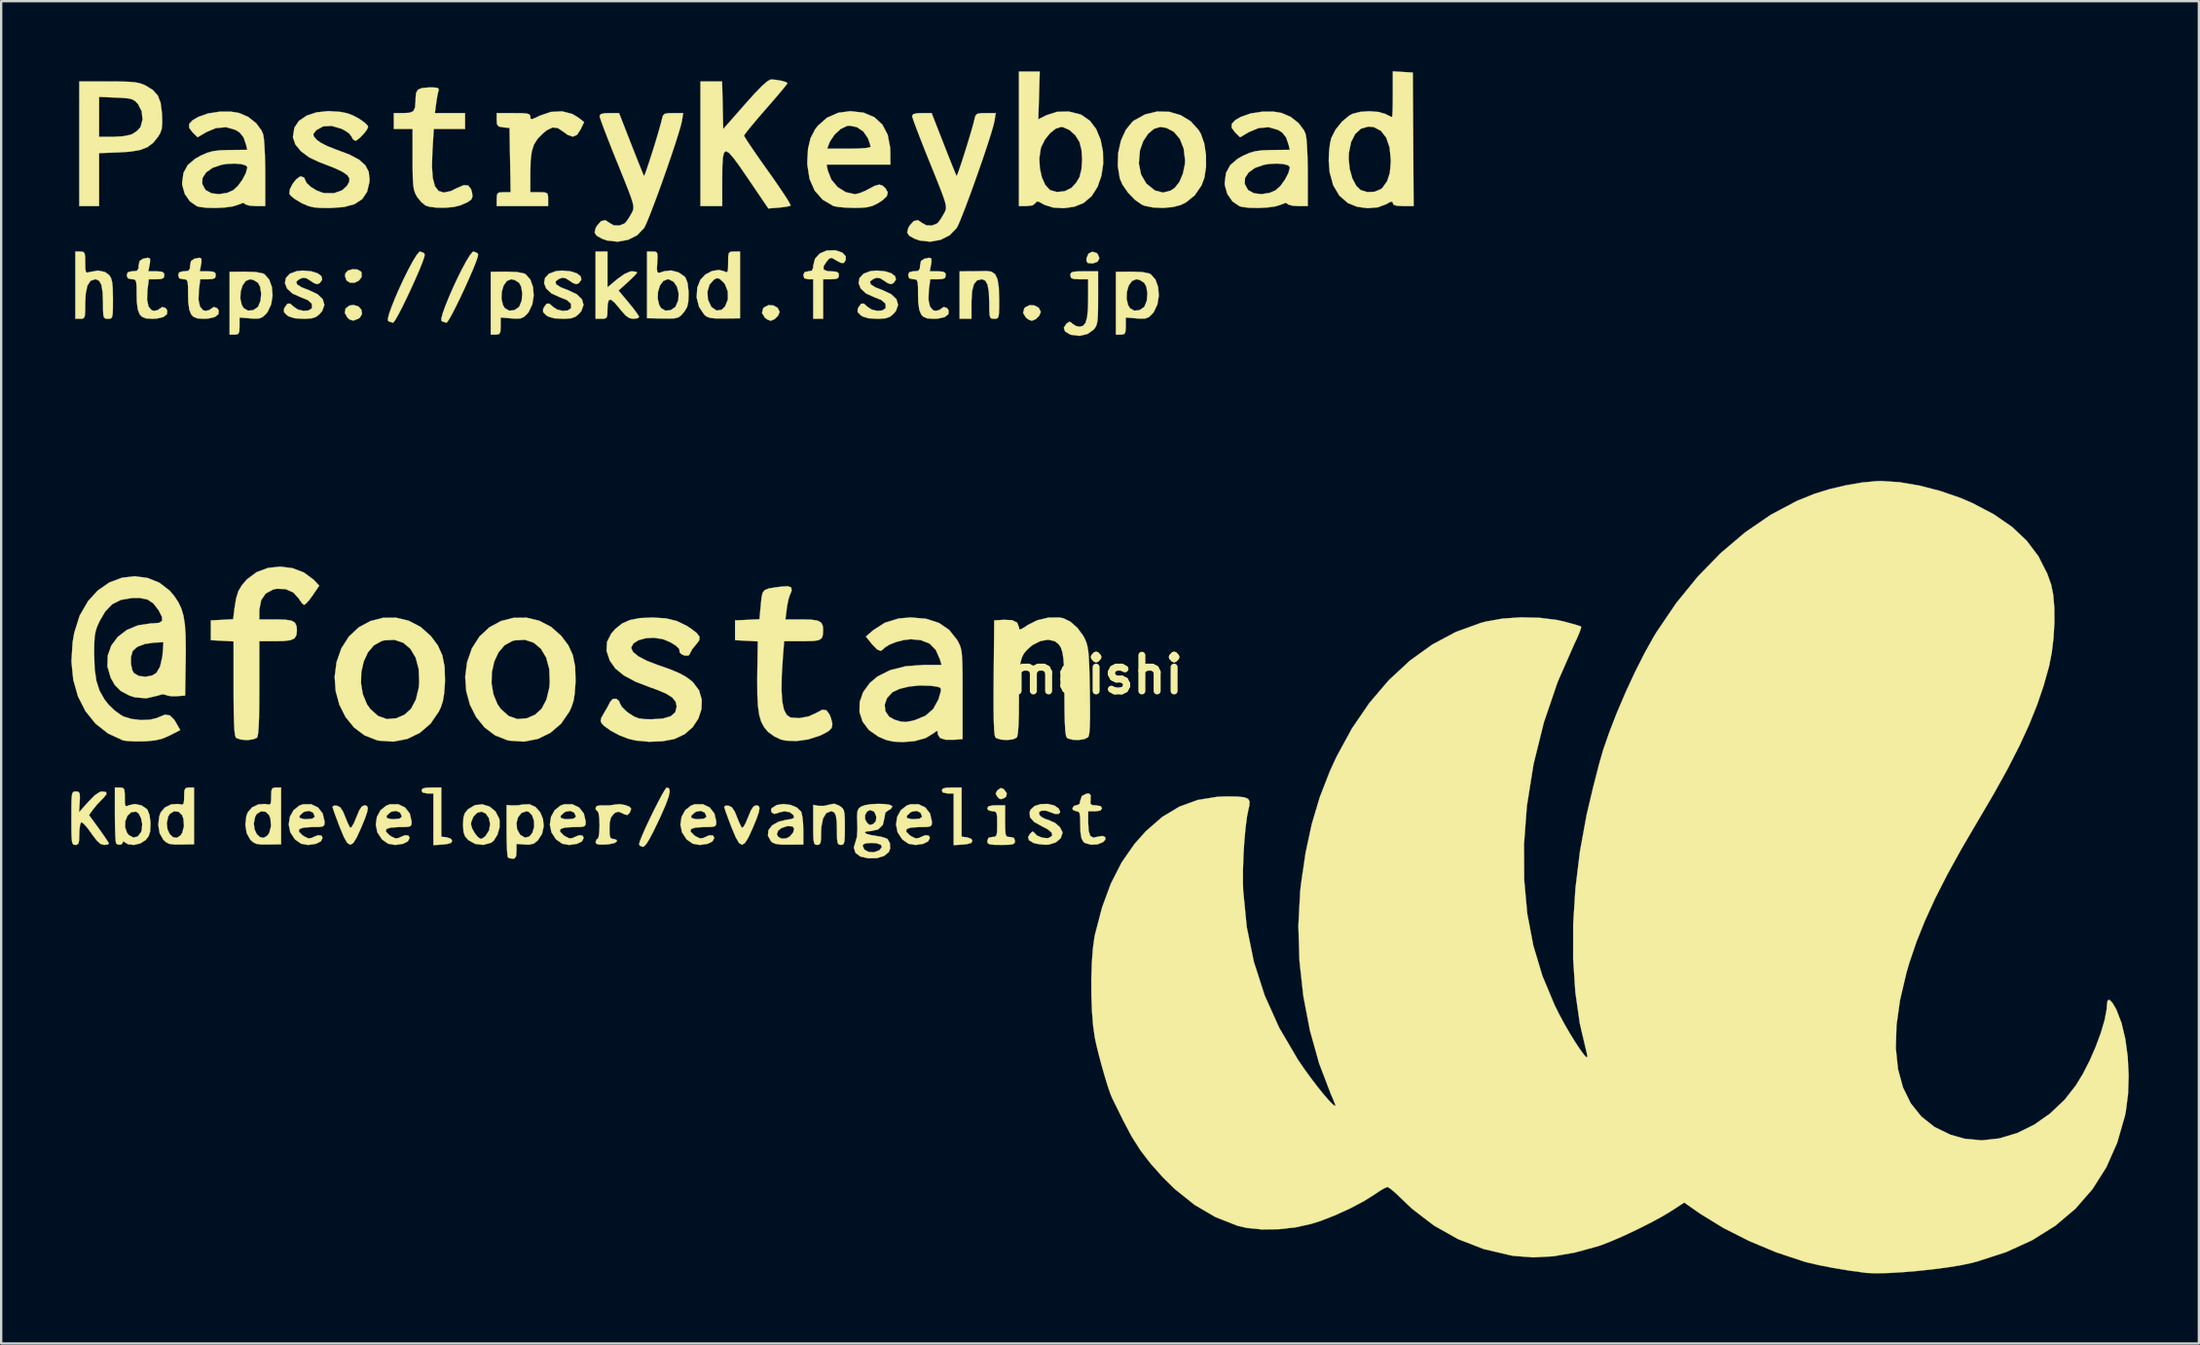
<source format=kicad_pcb>
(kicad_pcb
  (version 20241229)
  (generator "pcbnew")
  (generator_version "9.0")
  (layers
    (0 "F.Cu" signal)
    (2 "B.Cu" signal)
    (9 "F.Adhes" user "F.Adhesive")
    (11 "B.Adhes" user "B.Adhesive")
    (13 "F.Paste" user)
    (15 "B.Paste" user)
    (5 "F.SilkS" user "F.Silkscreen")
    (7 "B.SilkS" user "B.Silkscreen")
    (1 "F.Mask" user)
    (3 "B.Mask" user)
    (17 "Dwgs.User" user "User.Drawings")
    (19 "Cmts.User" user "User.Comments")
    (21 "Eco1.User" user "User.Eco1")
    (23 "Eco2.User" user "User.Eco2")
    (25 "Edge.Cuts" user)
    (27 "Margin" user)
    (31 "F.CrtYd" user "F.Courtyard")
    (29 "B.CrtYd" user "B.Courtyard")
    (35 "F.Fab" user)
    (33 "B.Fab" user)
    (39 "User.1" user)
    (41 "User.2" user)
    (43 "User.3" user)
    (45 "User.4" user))
  (footprint "meishi"
    (layer "F.Cu")
    (at 43.862 25.837)
    (property "Reference" "meishi" (at 0 0 0) (layer "F.SilkS") (effects (font (size 1.524 1.524) (thickness 0.3))))
    (attr through_hole)
    (fp_poly (pts (xy 0.016 -18.061) (xy 0.072 -18.006) (xy 0.14 -17.831) (xy 0.064 -17.687) (xy -0.13 -17.613) (xy -0.184 -17.611) (xy -0.359 -17.63) (xy -0.414 -17.72) (xy -0.408 -17.843) (xy -0.323 -18.032) (xy -0.162 -18.111) (xy 0.016 -18.061)) (stroke (width 0.01) (type solid)) (fill yes) (layer "F.SilkS"))
    (fp_poly (pts (xy -31.611 -17.348) (xy -31.46 -17.258) (xy -31.438 -17.218) (xy -31.436 -17.027) (xy -31.553 -16.874) (xy -31.737 -16.785) (xy -31.936 -16.787) (xy -32.082 -16.883) (xy -32.145 -17.062) (xy -32.132 -17.183) (xy -32.018 -17.306) (xy -31.821 -17.362) (xy -31.611 -17.348)) (stroke (width 0.01) (type solid)) (fill yes) (layer "F.SilkS"))
    (fp_poly (pts (xy -31.576 -15.773) (xy -31.445 -15.629) (xy -31.417 -15.449) (xy -31.512 -15.286) (xy -31.575 -15.243) (xy -31.785 -15.163) (xy -31.945 -15.206) (xy -32.04 -15.288) (xy -32.155 -15.49) (xy -32.123 -15.677) (xy -31.964 -15.803) (xy -31.792 -15.833) (xy -31.576 -15.773)) (stroke (width 0.01) (type solid)) (fill yes) (layer "F.SilkS"))
    (fp_poly (pts (xy -3.959 4.893) (xy -3.941 4.907) (xy -3.823 5.071) (xy -3.849 5.217) (xy -3.944 5.283) (xy -4.081 5.327) (xy -4.162 5.289) (xy -4.237 5.203) (xy -4.299 5.077) (xy -4.227 4.953) (xy -4.209 4.935) (xy -4.08 4.846) (xy -3.959 4.893)) (stroke (width 0.01) (type solid)) (fill yes) (layer "F.SilkS"))
    (fp_poly (pts (xy -13.808 -15.81) (xy -13.63 -15.71) (xy -13.547 -15.543) (xy -13.547 -15.525) (xy -13.613 -15.368) (xy -13.765 -15.221) (xy -13.927 -15.155) (xy -13.928 -15.155) (xy -14.076 -15.211) (xy -14.176 -15.288) (xy -14.299 -15.489) (xy -14.254 -15.677) (xy -14.207 -15.731) (xy -14.021 -15.824) (xy -13.808 -15.81)) (stroke (width 0.01) (type solid)) (fill yes) (layer "F.SilkS"))
    (fp_poly (pts (xy -2.632 -15.81) (xy -2.454 -15.71) (xy -2.371 -15.543) (xy -2.371 -15.525) (xy -2.437 -15.368) (xy -2.589 -15.221) (xy -2.751 -15.155) (xy -2.752 -15.155) (xy -2.9 -15.211) (xy -3 -15.288) (xy -3.123 -15.489) (xy -3.078 -15.677) (xy -3.031 -15.731) (xy -2.845 -15.824) (xy -2.632 -15.81)) (stroke (width 0.01) (type solid)) (fill yes) (layer "F.SilkS"))
    (fp_poly (pts (xy -28.025 6.931) (xy -27.792 6.958) (xy -27.613 7.02) (xy -27.559 7.112) (xy -27.616 7.2) (xy -27.805 7.25) (xy -27.961 7.265) (xy -28.363 7.291) (xy -28.363 5.08) (xy -28.617 5.08) (xy -28.819 5.042) (xy -28.871 4.953) (xy -28.826 4.873) (xy -28.669 4.834) (xy -28.448 4.826) (xy -28.025 4.826) (xy -28.025 6.931)) (stroke (width 0.01) (type solid)) (fill yes) (layer "F.SilkS"))
    (fp_poly (pts (xy -5.757 6.931) (xy -5.524 6.958) (xy -5.346 7.02) (xy -5.292 7.112) (xy -5.349 7.2) (xy -5.538 7.25) (xy -5.694 7.265) (xy -6.096 7.291) (xy -6.096 5.08) (xy -6.35 5.08) (xy -6.552 5.042) (xy -6.604 4.953) (xy -6.559 4.873) (xy -6.402 4.834) (xy -6.181 4.826) (xy -5.757 4.826) (xy -5.757 6.931)) (stroke (width 0.01) (type solid)) (fill yes) (layer "F.SilkS"))
    (fp_poly (pts (xy -18.277 4.864) (xy -18.248 4.988) (xy -18.293 5.211) (xy -18.415 5.548) (xy -18.617 6.012) (xy -18.716 6.227) (xy -18.945 6.702) (xy -19.121 7.037) (xy -19.254 7.247) (xy -19.354 7.35) (xy -19.404 7.366) (xy -19.533 7.312) (xy -19.558 7.246) (xy -19.523 7.116) (xy -19.427 6.877) (xy -19.288 6.561) (xy -19.119 6.2) (xy -18.937 5.825) (xy -18.757 5.47) (xy -18.595 5.164) (xy -18.466 4.941) (xy -18.386 4.832) (xy -18.375 4.826) (xy -18.277 4.864)) (stroke (width 0.01) (type solid)) (fill yes) (layer "F.SilkS"))
    (fp_poly (pts (xy -28.78 -18.06) (xy -28.735 -17.998) (xy -28.754 -17.885) (xy -28.834 -17.654) (xy -28.963 -17.334) (xy -29.127 -16.955) (xy -29.312 -16.546) (xy -29.504 -16.136) (xy -29.69 -15.755) (xy -29.856 -15.432) (xy -29.989 -15.198) (xy -30.075 -15.08) (xy -30.09 -15.072) (xy -30.241 -15.115) (xy -30.299 -15.147) (xy -30.31 -15.247) (xy -30.253 -15.467) (xy -30.142 -15.779) (xy -29.991 -16.154) (xy -29.813 -16.562) (xy -29.62 -16.975) (xy -29.427 -17.363) (xy -29.246 -17.699) (xy -29.091 -17.954) (xy -28.975 -18.097) (xy -28.933 -18.119) (xy -28.78 -18.06)) (stroke (width 0.01) (type solid)) (fill yes) (layer "F.SilkS"))
    (fp_poly (pts (xy -26.494 -18.06) (xy -26.449 -17.998) (xy -26.468 -17.885) (xy -26.548 -17.654) (xy -26.677 -17.334) (xy -26.841 -16.955) (xy -27.026 -16.546) (xy -27.218 -16.136) (xy -27.404 -15.755) (xy -27.57 -15.432) (xy -27.703 -15.198) (xy -27.789 -15.08) (xy -27.804 -15.072) (xy -27.955 -15.115) (xy -28.013 -15.147) (xy -28.024 -15.247) (xy -27.967 -15.467) (xy -27.856 -15.779) (xy -27.705 -16.154) (xy -27.527 -16.562) (xy -27.334 -16.975) (xy -27.141 -17.363) (xy -26.96 -17.699) (xy -26.805 -17.954) (xy -26.689 -18.097) (xy -26.647 -18.119) (xy -26.494 -18.06)) (stroke (width 0.01) (type solid)) (fill yes) (layer "F.SilkS"))
    (fp_poly (pts (xy -31.211 5.612) (xy -31.17 5.699) (xy -31.196 5.87) (xy -31.29 6.148) (xy -31.458 6.555) (xy -31.464 6.568) (xy -31.644 6.962) (xy -31.791 7.199) (xy -31.92 7.278) (xy -32.047 7.198) (xy -32.187 6.958) (xy -32.356 6.557) (xy -32.379 6.498) (xy -32.507 6.159) (xy -32.609 5.879) (xy -32.67 5.695) (xy -32.682 5.646) (xy -32.611 5.602) (xy -32.493 5.603) (xy -32.352 5.673) (xy -32.229 5.859) (xy -32.149 6.054) (xy -32.048 6.306) (xy -31.959 6.493) (xy -31.922 6.55) (xy -31.86 6.515) (xy -31.766 6.354) (xy -31.662 6.105) (xy -31.535 5.8) (xy -31.424 5.636) (xy -31.315 5.588) (xy -31.211 5.612)) (stroke (width 0.01) (type solid)) (fill yes) (layer "F.SilkS"))
    (fp_poly (pts (xy -14.447 5.612) (xy -14.406 5.699) (xy -14.432 5.87) (xy -14.526 6.148) (xy -14.694 6.555) (xy -14.7 6.568) (xy -14.88 6.962) (xy -15.027 7.199) (xy -15.156 7.278) (xy -15.283 7.198) (xy -15.423 6.958) (xy -15.592 6.557) (xy -15.615 6.498) (xy -15.743 6.159) (xy -15.845 5.879) (xy -15.906 5.695) (xy -15.918 5.646) (xy -15.847 5.602) (xy -15.729 5.603) (xy -15.588 5.673) (xy -15.465 5.859) (xy -15.385 6.054) (xy -15.284 6.306) (xy -15.195 6.493) (xy -15.158 6.55) (xy -15.096 6.515) (xy -15.002 6.354) (xy -14.898 6.105) (xy -14.771 5.8) (xy -14.66 5.636) (xy -14.551 5.588) (xy -14.447 5.612)) (stroke (width 0.01) (type solid)) (fill yes) (layer "F.SilkS"))
    (fp_poly (pts (xy -20.913 -16.585) (xy -20.505 -16.928) (xy -20.198 -17.151) (xy -19.945 -17.262) (xy -19.87 -17.272) (xy -19.703 -17.256) (xy -19.643 -17.222) (xy -19.701 -17.144) (xy -19.852 -16.989) (xy -20.041 -16.811) (xy -20.44 -16.45) (xy -19.999 -15.922) (xy -19.794 -15.668) (xy -19.64 -15.459) (xy -19.562 -15.333) (xy -19.558 -15.317) (xy -19.631 -15.262) (xy -19.806 -15.24) (xy -19.975 -15.271) (xy -20.138 -15.382) (xy -20.335 -15.606) (xy -20.377 -15.66) (xy -20.606 -15.933) (xy -20.763 -16.06) (xy -20.858 -16.038) (xy -20.904 -15.869) (xy -20.913 -15.663) (xy -20.918 -15.413) (xy -20.952 -15.288) (xy -21.041 -15.245) (xy -21.167 -15.24) (xy -21.421 -15.24) (xy -21.421 -18.119) (xy -20.913 -18.119) (xy -20.913 -16.585)) (stroke (width 0.01) (type solid)) (fill yes) (layer "F.SilkS"))
    (fp_poly (pts (xy -4.481 -17.259) (xy -4.322 -17.148) (xy -4.22 -16.931) (xy -4.166 -16.588) (xy -4.149 -16.1) (xy -4.149 -16.077) (xy -4.15 -15.696) (xy -4.159 -15.452) (xy -4.184 -15.316) (xy -4.233 -15.256) (xy -4.313 -15.24) (xy -4.36 -15.24) (xy -4.465 -15.247) (xy -4.528 -15.291) (xy -4.559 -15.407) (xy -4.571 -15.629) (xy -4.572 -15.923) (xy -4.589 -16.383) (xy -4.642 -16.693) (xy -4.739 -16.871) (xy -4.883 -16.933) (xy -4.901 -16.933) (xy -5.097 -16.883) (xy -5.23 -16.722) (xy -5.306 -16.432) (xy -5.334 -15.996) (xy -5.334 -15.932) (xy -5.334 -15.24) (xy -5.842 -15.24) (xy -5.842 -17.272) (xy -5.397 -17.274) (xy -5.086 -17.277) (xy -4.804 -17.283) (xy -4.705 -17.286) (xy -4.481 -17.259)) (stroke (width 0.01) (type solid)) (fill yes) (layer "F.SilkS"))
    (fp_poly (pts (xy -3.895 6.265) (xy -3.892 6.601) (xy -3.878 6.802) (xy -3.842 6.903) (xy -3.772 6.939) (xy -3.683 6.943) (xy -3.517 6.982) (xy -3.471 7.112) (xy -3.487 7.201) (xy -3.559 7.252) (xy -3.724 7.275) (xy -4.017 7.281) (xy -4.064 7.281) (xy -4.375 7.277) (xy -4.554 7.256) (xy -4.636 7.209) (xy -4.657 7.125) (xy -4.657 7.112) (xy -4.607 6.979) (xy -4.445 6.943) (xy -4.331 6.933) (xy -4.268 6.879) (xy -4.24 6.741) (xy -4.233 6.482) (xy -4.233 6.392) (xy -4.237 6.096) (xy -4.258 5.932) (xy -4.311 5.86) (xy -4.41 5.842) (xy -4.445 5.842) (xy -4.615 5.798) (xy -4.657 5.715) (xy -4.607 5.631) (xy -4.437 5.593) (xy -4.276 5.588) (xy -3.895 5.588) (xy -3.895 6.265)) (stroke (width 0.01) (type solid)) (fill yes) (layer "F.SilkS"))
    (fp_poly (pts (xy 0.085 -16.134) (xy 0.083 -15.67) (xy 0.074 -15.342) (xy 0.054 -15.12) (xy 0.018 -14.971) (xy -0.039 -14.861) (xy -0.106 -14.776) (xy -0.372 -14.588) (xy -0.714 -14.51) (xy -1.069 -14.554) (xy -1.115 -14.57) (xy -1.329 -14.7) (xy -1.383 -14.856) (xy -1.276 -15.023) (xy -1.151 -15.113) (xy -1.061 -15.079) (xy -1.018 -15.03) (xy -0.852 -14.928) (xy -0.707 -14.901) (xy -0.557 -14.939) (xy -0.451 -15.067) (xy -0.384 -15.304) (xy -0.348 -15.67) (xy -0.339 -16.135) (xy -0.339 -16.933) (xy -0.72 -16.933) (xy -0.958 -16.944) (xy -1.07 -16.99) (xy -1.101 -17.091) (xy -1.101 -17.103) (xy -1.085 -17.192) (xy -1.013 -17.243) (xy -0.848 -17.266) (xy -0.555 -17.272) (xy -0.508 -17.272) (xy 0.085 -17.272) (xy 0.085 -16.134)) (stroke (width 0.01) (type solid)) (fill yes) (layer "F.SilkS"))
    (fp_poly (pts (xy -11.135 -18.167) (xy -10.858 -18.07) (xy -10.715 -17.919) (xy -10.718 -17.748) (xy -10.798 -17.633) (xy -10.927 -17.634) (xy -11.142 -17.751) (xy -11.148 -17.755) (xy -11.308 -17.846) (xy -11.411 -17.828) (xy -11.526 -17.703) (xy -11.666 -17.484) (xy -11.661 -17.347) (xy -11.504 -17.281) (xy -11.345 -17.272) (xy -11.124 -17.258) (xy -11.026 -17.2) (xy -11.007 -17.103) (xy -11.035 -16.992) (xy -11.15 -16.943) (xy -11.345 -16.933) (xy -11.684 -16.933) (xy -11.684 -15.24) (xy -12.107 -15.24) (xy -12.107 -16.933) (xy -12.319 -16.933) (xy -12.485 -16.973) (xy -12.531 -17.103) (xy -12.481 -17.235) (xy -12.319 -17.272) (xy -12.164 -17.302) (xy -12.111 -17.426) (xy -12.107 -17.51) (xy -12.032 -17.808) (xy -11.829 -18.034) (xy -11.532 -18.163) (xy -11.174 -18.173) (xy -11.135 -18.167)) (stroke (width 0.01) (type solid)) (fill yes) (layer "F.SilkS"))
    (fp_poly (pts (xy -38.608 7.256) (xy -39.165 7.266) (xy -39.478 7.264) (xy -39.676 7.234) (xy -39.815 7.161) (xy -39.927 7.054) (xy -40.079 6.781) (xy -40.137 6.428) (xy -40.129 6.356) (xy -39.774 6.356) (xy -39.744 6.613) (xy -39.649 6.819) (xy -39.51 6.95) (xy -39.35 6.98) (xy -39.191 6.882) (xy -39.114 6.769) (xy -39.038 6.485) (xy -39.06 6.168) (xy -39.119 6.006) (xy -39.273 5.861) (xy -39.467 5.846) (xy -39.644 5.953) (xy -39.716 6.074) (xy -39.774 6.356) (xy -40.129 6.356) (xy -40.095 6.06) (xy -40.036 5.894) (xy -39.856 5.681) (xy -39.584 5.549) (xy -39.289 5.529) (xy -39.245 5.538) (xy -39.114 5.559) (xy -39.052 5.51) (xy -39.033 5.352) (xy -39.031 5.209) (xy -39.023 4.973) (xy -38.98 4.861) (xy -38.878 4.828) (xy -38.82 4.826) (xy -38.608 4.826) (xy -38.608 7.256)) (stroke (width 0.01) (type solid)) (fill yes) (layer "F.SilkS"))
    (fp_poly (pts (xy -34.883 7.256) (xy -35.44 7.266) (xy -35.753 7.264) (xy -35.951 7.234) (xy -36.09 7.161) (xy -36.202 7.054) (xy -36.353 6.781) (xy -36.411 6.428) (xy -36.403 6.356) (xy -36.049 6.356) (xy -36.019 6.613) (xy -35.924 6.819) (xy -35.785 6.95) (xy -35.625 6.98) (xy -35.466 6.882) (xy -35.388 6.769) (xy -35.313 6.485) (xy -35.335 6.168) (xy -35.394 6.006) (xy -35.547 5.861) (xy -35.742 5.846) (xy -35.919 5.953) (xy -35.991 6.074) (xy -36.049 6.356) (xy -36.403 6.356) (xy -36.37 6.06) (xy -36.311 5.894) (xy -36.131 5.681) (xy -35.859 5.549) (xy -35.564 5.529) (xy -35.519 5.538) (xy -35.389 5.559) (xy -35.326 5.51) (xy -35.307 5.352) (xy -35.306 5.209) (xy -35.297 4.973) (xy -35.255 4.861) (xy -35.153 4.828) (xy -35.094 4.826) (xy -34.883 4.826) (xy -34.883 7.256)) (stroke (width 0.01) (type solid)) (fill yes) (layer "F.SilkS"))
    (fp_poly (pts (xy -35.966 -17.242) (xy -35.665 -17.182) (xy -35.59 -17.145) (xy -35.391 -16.921) (xy -35.276 -16.599) (xy -35.247 -16.228) (xy -35.307 -15.858) (xy -35.457 -15.537) (xy -35.527 -15.45) (xy -35.67 -15.316) (xy -35.816 -15.254) (xy -36.029 -15.246) (xy -36.2 -15.258) (xy -36.661 -15.296) (xy -36.661 -14.929) (xy -36.67 -14.7) (xy -36.717 -14.593) (xy -36.827 -14.564) (xy -36.872 -14.563) (xy -37.084 -14.563) (xy -37.084 -16.106) (xy -36.627 -16.106) (xy -36.565 -15.834) (xy -36.48 -15.693) (xy -36.299 -15.59) (xy -36.077 -15.607) (xy -35.884 -15.737) (xy -35.861 -15.767) (xy -35.761 -16.016) (xy -35.734 -16.323) (xy -35.78 -16.611) (xy -35.869 -16.779) (xy -36.061 -16.902) (xy -36.212 -16.933) (xy -36.396 -16.858) (xy -36.533 -16.665) (xy -36.613 -16.398) (xy -36.627 -16.106) (xy -37.084 -16.106) (xy -37.084 -17.251) (xy -36.429 -17.258) (xy -35.966 -17.242)) (stroke (width 0.01) (type solid)) (fill yes) (layer "F.SilkS"))
    (fp_poly (pts (xy -25.959 5.64) (xy -25.707 5.847) (xy -25.549 6.152) (xy -25.532 6.226) (xy -25.532 6.536) (xy -25.623 6.848) (xy -25.78 7.098) (xy -25.895 7.19) (xy -26.225 7.281) (xy -26.572 7.24) (xy -26.866 7.077) (xy -26.869 7.074) (xy -27.006 6.918) (xy -27.073 6.737) (xy -27.093 6.466) (xy -27.093 6.411) (xy -27.093 6.4) (xy -26.755 6.4) (xy -26.708 6.573) (xy -26.596 6.776) (xy -26.46 6.947) (xy -26.339 7.027) (xy -26.331 7.027) (xy -26.219 6.974) (xy -26.126 6.894) (xy -25.978 6.658) (xy -25.935 6.387) (xy -25.988 6.13) (xy -26.128 5.936) (xy -26.305 5.858) (xy -26.49 5.907) (xy -26.651 6.073) (xy -26.745 6.303) (xy -26.755 6.4) (xy -27.093 6.4) (xy -27.078 6.117) (xy -27.019 5.925) (xy -26.893 5.768) (xy -26.877 5.753) (xy -26.584 5.579) (xy -26.265 5.546) (xy -25.959 5.64)) (stroke (width 0.01) (type solid)) (fill yes) (layer "F.SilkS"))
    (fp_poly (pts (xy -24.79 -17.242) (xy -24.489 -17.182) (xy -24.414 -17.145) (xy -24.215 -16.921) (xy -24.1 -16.599) (xy -24.071 -16.228) (xy -24.131 -15.858) (xy -24.281 -15.537) (xy -24.351 -15.45) (xy -24.494 -15.316) (xy -24.64 -15.254) (xy -24.853 -15.246) (xy -25.024 -15.258) (xy -25.485 -15.296) (xy -25.485 -14.929) (xy -25.494 -14.7) (xy -25.541 -14.593) (xy -25.651 -14.564) (xy -25.696 -14.563) (xy -25.908 -14.563) (xy -25.908 -16.106) (xy -25.451 -16.106) (xy -25.389 -15.834) (xy -25.304 -15.693) (xy -25.123 -15.59) (xy -24.901 -15.607) (xy -24.708 -15.737) (xy -24.685 -15.767) (xy -24.585 -16.016) (xy -24.558 -16.323) (xy -24.604 -16.611) (xy -24.693 -16.779) (xy -24.885 -16.902) (xy -25.036 -16.933) (xy -25.22 -16.858) (xy -25.357 -16.665) (xy -25.437 -16.398) (xy -25.451 -16.106) (xy -25.908 -16.106) (xy -25.908 -17.251) (xy -25.253 -17.258) (xy -24.79 -17.242)) (stroke (width 0.01) (type solid)) (fill yes) (layer "F.SilkS"))
    (fp_poly (pts (xy -11.014 5.591) (xy -10.973 5.617) (xy -10.868 5.695) (xy -10.803 5.789) (xy -10.769 5.938) (xy -10.755 6.181) (xy -10.753 6.521) (xy -10.756 6.883) (xy -10.769 7.107) (xy -10.8 7.227) (xy -10.856 7.274) (xy -10.922 7.281) (xy -11.011 7.265) (xy -11.062 7.192) (xy -11.086 7.027) (xy -11.091 6.731) (xy -11.091 6.696) (xy -11.1 6.298) (xy -11.133 6.041) (xy -11.198 5.899) (xy -11.303 5.845) (xy -11.35 5.842) (xy -11.548 5.92) (xy -11.686 6.147) (xy -11.759 6.511) (xy -11.769 6.75) (xy -11.774 7.041) (xy -11.799 7.202) (xy -11.856 7.269) (xy -11.938 7.281) (xy -12.015 7.27) (xy -12.064 7.215) (xy -12.092 7.086) (xy -12.104 6.853) (xy -12.107 6.486) (xy -12.107 6.425) (xy -12.107 5.568) (xy -11.888 5.61) (xy -11.642 5.611) (xy -11.431 5.562) (xy -11.213 5.518) (xy -11.014 5.591)) (stroke (width 0.01) (type solid)) (fill yes) (layer "F.SilkS"))
    (fp_poly (pts (xy -0.233 5.154) (xy -0.236 5.334) (xy -0.246 5.51) (xy -0.172 5.578) (xy -0.01 5.588) (xy 0.196 5.623) (xy 0.254 5.715) (xy 0.19 5.809) (xy -0.015 5.842) (xy -0.042 5.842) (xy -0.339 5.842) (xy -0.339 6.333) (xy -0.318 6.689) (xy -0.25 6.896) (xy -0.122 6.97) (xy 0.067 6.933) (xy 0.269 6.898) (xy 0.39 6.949) (xy 0.397 7.056) (xy 0.301 7.16) (xy 0.063 7.258) (xy -0.218 7.273) (xy -0.466 7.205) (xy -0.544 7.148) (xy -0.626 6.999) (xy -0.668 6.736) (xy -0.677 6.429) (xy -0.682 6.119) (xy -0.703 5.942) (xy -0.751 5.862) (xy -0.836 5.842) (xy -0.847 5.842) (xy -0.985 5.789) (xy -1.016 5.715) (xy -0.945 5.612) (xy -0.847 5.588) (xy -0.712 5.536) (xy -0.677 5.385) (xy -0.607 5.187) (xy -0.408 5.088) (xy -0.304 5.08) (xy -0.233 5.154)) (stroke (width 0.01) (type solid)) (fill yes) (layer "F.SilkS"))
    (fp_poly (pts (xy 1.964 -17.242) (xy 2.265 -17.182) (xy 2.34 -17.145) (xy 2.54 -16.921) (xy 2.655 -16.599) (xy 2.683 -16.228) (xy 2.624 -15.858) (xy 2.474 -15.537) (xy 2.404 -15.45) (xy 2.261 -15.316) (xy 2.115 -15.254) (xy 1.901 -15.246) (xy 1.73 -15.258) (xy 1.27 -15.296) (xy 1.27 -14.929) (xy 1.26 -14.7) (xy 1.214 -14.593) (xy 1.104 -14.564) (xy 1.058 -14.563) (xy 0.847 -14.563) (xy 0.847 -16.106) (xy 1.304 -16.106) (xy 1.366 -15.834) (xy 1.45 -15.693) (xy 1.631 -15.59) (xy 1.853 -15.607) (xy 2.046 -15.737) (xy 2.07 -15.767) (xy 2.17 -16.016) (xy 2.197 -16.323) (xy 2.151 -16.611) (xy 2.061 -16.779) (xy 1.87 -16.902) (xy 1.718 -16.933) (xy 1.535 -16.858) (xy 1.398 -16.665) (xy 1.318 -16.398) (xy 1.304 -16.106) (xy 0.847 -16.106) (xy 0.847 -17.251) (xy 1.501 -17.258) (xy 1.964 -17.242)) (stroke (width 0.01) (type solid)) (fill yes) (layer "F.SilkS"))
    (fp_poly (pts (xy -15.24 -15.262) (xy -15.919 -15.253) (xy -16.276 -15.255) (xy -16.508 -15.277) (xy -16.659 -15.329) (xy -16.77 -15.415) (xy -16.993 -15.75) (xy -17.096 -16.154) (xy -17.081 -16.396) (xy -16.635 -16.396) (xy -16.614 -16.072) (xy -16.483 -15.777) (xy -16.443 -15.727) (xy -16.242 -15.594) (xy -16.033 -15.623) (xy -15.88 -15.767) (xy -15.759 -16.071) (xy -15.762 -16.412) (xy -15.884 -16.72) (xy -15.964 -16.818) (xy -16.119 -16.955) (xy -16.232 -16.98) (xy -16.362 -16.912) (xy -16.549 -16.695) (xy -16.635 -16.396) (xy -17.081 -16.396) (xy -17.07 -16.572) (xy -16.937 -16.908) (xy -16.724 -17.135) (xy -16.44 -17.284) (xy -16.145 -17.332) (xy -15.93 -17.279) (xy -15.826 -17.233) (xy -15.772 -17.261) (xy -15.751 -17.395) (xy -15.748 -17.65) (xy -15.744 -17.917) (xy -15.716 -18.057) (xy -15.643 -18.11) (xy -15.501 -18.119) (xy -15.494 -18.119) (xy -15.24 -18.119) (xy -15.24 -15.262)) (stroke (width 0.01) (type solid)) (fill yes) (layer "F.SilkS"))
    (fp_poly (pts (xy -23.989 5.662) (xy -23.793 5.883) (xy -23.673 6.171) (xy -23.642 6.491) (xy -23.715 6.813) (xy -23.894 7.089) (xy -24.061 7.225) (xy -24.26 7.272) (xy -24.448 7.266) (xy -24.807 7.238) (xy -24.807 7.556) (xy -24.825 7.772) (xy -24.892 7.862) (xy -24.963 7.874) (xy -25.124 7.846) (xy -25.174 7.818) (xy -25.195 7.716) (xy -25.213 7.479) (xy -25.225 7.14) (xy -25.231 6.733) (xy -25.231 6.668) (xy -25.231 6.346) (xy -24.807 6.346) (xy -24.782 6.61) (xy -24.654 6.842) (xy -24.64 6.856) (xy -24.439 6.971) (xy -24.251 6.922) (xy -24.128 6.769) (xy -24.05 6.512) (xy -24.059 6.242) (xy -24.141 6.01) (xy -24.282 5.866) (xy -24.381 5.842) (xy -24.594 5.914) (xy -24.74 6.098) (xy -24.807 6.346) (xy -25.231 6.346) (xy -25.231 5.575) (xy -24.998 5.594) (xy -24.733 5.586) (xy -24.55 5.554) (xy -24.246 5.542) (xy -23.989 5.662)) (stroke (width 0.01) (type solid)) (fill yes) (layer "F.SilkS"))
    (fp_poly (pts (xy -43.356 -18.107) (xy -43.292 -18.044) (xy -43.268 -17.888) (xy -43.265 -17.647) (xy -43.26 -17.381) (xy -43.237 -17.249) (xy -43.177 -17.215) (xy -43.074 -17.242) (xy -42.726 -17.304) (xy -42.422 -17.245) (xy -42.233 -17.105) (xy -42.159 -16.981) (xy -42.112 -16.809) (xy -42.088 -16.55) (xy -42.08 -16.166) (xy -42.079 -16.077) (xy -42.081 -15.696) (xy -42.09 -15.452) (xy -42.115 -15.316) (xy -42.163 -15.256) (xy -42.243 -15.24) (xy -42.291 -15.24) (xy -42.396 -15.247) (xy -42.458 -15.291) (xy -42.49 -15.407) (xy -42.501 -15.629) (xy -42.503 -15.923) (xy -42.519 -16.38) (xy -42.572 -16.689) (xy -42.667 -16.867) (xy -42.811 -16.932) (xy -42.84 -16.933) (xy -43.037 -16.866) (xy -43.172 -16.658) (xy -43.246 -16.303) (xy -43.265 -15.898) (xy -43.267 -15.568) (xy -43.282 -15.372) (xy -43.32 -15.276) (xy -43.393 -15.243) (xy -43.476 -15.24) (xy -43.688 -15.24) (xy -43.688 -18.119) (xy -43.476 -18.119) (xy -43.356 -18.107)) (stroke (width 0.01) (type solid)) (fill yes) (layer "F.SilkS"))
    (fp_poly (pts (xy -41.771 -25.397) (xy -41.401 -25.386) (xy -41.134 -25.363) (xy -40.936 -25.325) (xy -40.772 -25.268) (xy -40.688 -25.229) (xy -40.369 -25.034) (xy -40.16 -24.798) (xy -40.038 -24.483) (xy -39.982 -24.05) (xy -39.977 -23.961) (xy -39.969 -23.614) (xy -39.989 -23.379) (xy -40.048 -23.2) (xy -40.146 -23.034) (xy -40.361 -22.769) (xy -40.61 -22.584) (xy -40.928 -22.463) (xy -41.35 -22.394) (xy -41.804 -22.365) (xy -42.672 -22.333) (xy -42.672 -20.066) (xy -43.519 -20.066) (xy -43.519 -23.029) (xy -42.672 -23.029) (xy -42.075 -23.029) (xy -41.663 -23.052) (xy -41.341 -23.114) (xy -41.231 -23.157) (xy -41.029 -23.297) (xy -40.897 -23.448) (xy -40.81 -23.772) (xy -40.848 -24.124) (xy -41.002 -24.429) (xy -41.014 -24.443) (xy -41.127 -24.559) (xy -41.249 -24.633) (xy -41.426 -24.675) (xy -41.7 -24.699) (xy -41.945 -24.71) (xy -42.672 -24.74) (xy -42.672 -23.029) (xy -43.519 -23.029) (xy -43.519 -25.4) (xy -42.275 -25.4) (xy -41.771 -25.397)) (stroke (width 0.01) (type solid)) (fill yes) (layer "F.SilkS"))
    (fp_poly (pts (xy -1.791 5.593) (xy -1.601 5.724) (xy -1.535 5.87) (xy -1.599 5.953) (xy -1.759 5.956) (xy -1.932 5.892) (xy -2.157 5.814) (xy -2.337 5.815) (xy -2.44 5.878) (xy -2.43 5.989) (xy -2.349 6.079) (xy -2.188 6.166) (xy -2.019 6.223) (xy -1.757 6.341) (xy -1.548 6.525) (xy -1.443 6.729) (xy -1.439 6.773) (xy -1.516 6.998) (xy -1.72 7.172) (xy -2.01 7.267) (xy -2.154 7.276) (xy -2.424 7.254) (xy -2.649 7.208) (xy -2.68 7.197) (xy -2.874 7.082) (xy -2.909 6.946) (xy -2.828 6.807) (xy -2.72 6.707) (xy -2.656 6.749) (xy -2.653 6.758) (xy -2.525 6.885) (xy -2.309 6.973) (xy -2.084 6.994) (xy -2.021 6.981) (xy -1.879 6.891) (xy -1.895 6.767) (xy -2.06 6.62) (xy -2.32 6.484) (xy -2.656 6.296) (xy -2.829 6.098) (xy -2.845 5.879) (xy -2.799 5.767) (xy -2.633 5.617) (xy -2.37 5.536) (xy -2.07 5.527) (xy -1.791 5.593)) (stroke (width 0.01) (type solid)) (fill yes) (layer "F.SilkS"))
    (fp_poly (pts (xy -20.154 5.576) (xy -19.974 5.646) (xy -19.898 5.732) (xy -19.898 5.734) (xy -19.94 5.856) (xy -19.977 5.923) (xy -20.057 6) (xy -20.178 5.977) (xy -20.271 5.93) (xy -20.445 5.86) (xy -20.576 5.901) (xy -20.658 5.968) (xy -20.768 6.118) (xy -20.819 6.343) (xy -20.828 6.575) (xy -20.821 6.839) (xy -20.788 6.974) (xy -20.714 7.023) (xy -20.652 7.027) (xy -20.523 7.068) (xy -20.51 7.133) (xy -20.612 7.202) (xy -20.837 7.251) (xy -20.983 7.265) (xy -21.248 7.27) (xy -21.381 7.24) (xy -21.421 7.166) (xy -21.421 7.159) (xy -21.376 7.043) (xy -21.336 7.027) (xy -21.293 6.949) (xy -21.263 6.739) (xy -21.251 6.435) (xy -21.251 6.435) (xy -21.263 6.131) (xy -21.293 5.921) (xy -21.336 5.842) (xy -21.336 5.842) (xy -21.41 5.773) (xy -21.421 5.709) (xy -21.376 5.619) (xy -21.218 5.59) (xy -21.103 5.593) (xy -20.827 5.59) (xy -20.585 5.556) (xy -20.571 5.553) (xy -20.374 5.539) (xy -20.154 5.576)) (stroke (width 0.01) (type solid)) (fill yes) (layer "F.SilkS"))
    (fp_poly (pts (xy -13.08 5.569) (xy -12.809 5.68) (xy -12.63 5.855) (xy -12.61 5.898) (xy -12.569 6.09) (xy -12.54 6.384) (xy -12.531 6.686) (xy -12.531 7.266) (xy -13.154 7.272) (xy -13.502 7.267) (xy -13.724 7.237) (xy -13.863 7.174) (xy -13.916 7.125) (xy -14.045 6.886) (xy -14.04 6.828) (xy -13.665 6.828) (xy -13.596 6.949) (xy -13.445 7.014) (xy -13.255 7) (xy -13.109 6.921) (xy -12.968 6.757) (xy -12.922 6.596) (xy -12.986 6.493) (xy -12.994 6.49) (xy -13.214 6.477) (xy -13.458 6.556) (xy -13.609 6.671) (xy -13.665 6.828) (xy -14.04 6.828) (xy -14.023 6.652) (xy -13.864 6.444) (xy -13.587 6.288) (xy -13.28 6.213) (xy -13.041 6.174) (xy -12.937 6.127) (xy -12.937 6.049) (xy -12.96 6.001) (xy -13.108 5.882) (xy -13.337 5.843) (xy -13.573 5.893) (xy -13.628 5.923) (xy -13.78 5.955) (xy -13.892 5.887) (xy -13.912 5.765) (xy -13.881 5.709) (xy -13.672 5.575) (xy -13.386 5.531) (xy -13.08 5.569)) (stroke (width 0.01) (type solid)) (fill yes) (layer "F.SilkS"))
    (fp_poly (pts (xy -33.59 -17.273) (xy -33.317 -17.187) (xy -33.155 -17.063) (xy -33.122 -16.915) (xy -33.227 -16.768) (xy -33.34 -16.721) (xy -33.488 -16.776) (xy -33.606 -16.857) (xy -33.798 -16.977) (xy -33.947 -16.995) (xy -34.085 -16.946) (xy -34.228 -16.837) (xy -34.203 -16.718) (xy -34.009 -16.59) (xy -33.691 -16.466) (xy -33.322 -16.293) (xy -33.099 -16.079) (xy -33.029 -15.836) (xy -33.119 -15.579) (xy -33.228 -15.448) (xy -33.38 -15.325) (xy -33.561 -15.262) (xy -33.832 -15.241) (xy -33.938 -15.24) (xy -34.305 -15.264) (xy -34.55 -15.341) (xy -34.631 -15.394) (xy -34.758 -15.527) (xy -34.758 -15.656) (xy -34.722 -15.733) (xy -34.609 -15.886) (xy -34.492 -15.89) (xy -34.332 -15.748) (xy -34.153 -15.632) (xy -33.924 -15.58) (xy -33.708 -15.596) (xy -33.57 -15.684) (xy -33.558 -15.707) (xy -33.568 -15.888) (xy -33.744 -16.045) (xy -34.04 -16.162) (xy -34.401 -16.325) (xy -34.626 -16.536) (xy -34.717 -16.766) (xy -34.677 -16.987) (xy -34.508 -17.168) (xy -34.212 -17.281) (xy -33.952 -17.305) (xy -33.59 -17.273)) (stroke (width 0.01) (type solid)) (fill yes) (layer "F.SilkS"))
    (fp_poly (pts (xy -33.301 5.68) (xy -33.101 5.937) (xy -33.02 6.285) (xy -33.02 6.312) (xy -33.03 6.423) (xy -33.086 6.486) (xy -33.226 6.513) (xy -33.488 6.519) (xy -33.57 6.519) (xy -33.917 6.541) (xy -34.101 6.605) (xy -34.122 6.711) (xy -33.979 6.859) (xy -33.901 6.914) (xy -33.714 7.005) (xy -33.566 6.983) (xy -33.521 6.958) (xy -33.311 6.869) (xy -33.158 6.882) (xy -33.105 6.982) (xy -33.182 7.131) (xy -33.393 7.236) (xy -33.701 7.281) (xy -33.741 7.281) (xy -34.023 7.232) (xy -34.271 7.059) (xy -34.297 7.034) (xy -34.488 6.742) (xy -34.555 6.411) (xy -34.505 6.082) (xy -34.48 6.035) (xy -34.094 6.035) (xy -34.087 6.129) (xy -33.917 6.175) (xy -33.782 6.181) (xy -33.544 6.159) (xy -33.448 6.087) (xy -33.443 6.057) (xy -33.512 5.9) (xy -33.676 5.827) (xy -33.876 5.858) (xy -33.938 5.893) (xy -34.094 6.035) (xy -34.48 6.035) (xy -34.35 5.797) (xy -34.1 5.598) (xy -33.945 5.544) (xy -33.592 5.541) (xy -33.301 5.68)) (stroke (width 0.01) (type solid)) (fill yes) (layer "F.SilkS"))
    (fp_poly (pts (xy -29.576 5.68) (xy -29.375 5.937) (xy -29.295 6.285) (xy -29.295 6.312) (xy -29.305 6.423) (xy -29.361 6.486) (xy -29.501 6.513) (xy -29.763 6.519) (xy -29.845 6.519) (xy -30.192 6.541) (xy -30.376 6.605) (xy -30.397 6.711) (xy -30.254 6.859) (xy -30.175 6.914) (xy -29.989 7.005) (xy -29.841 6.983) (xy -29.796 6.958) (xy -29.585 6.869) (xy -29.433 6.882) (xy -29.379 6.982) (xy -29.457 7.131) (xy -29.667 7.236) (xy -29.975 7.281) (xy -30.015 7.281) (xy -30.298 7.232) (xy -30.546 7.059) (xy -30.571 7.034) (xy -30.763 6.742) (xy -30.829 6.411) (xy -30.78 6.082) (xy -30.755 6.035) (xy -30.368 6.035) (xy -30.361 6.129) (xy -30.192 6.175) (xy -30.057 6.181) (xy -29.819 6.159) (xy -29.723 6.087) (xy -29.718 6.057) (xy -29.786 5.9) (xy -29.951 5.827) (xy -30.151 5.858) (xy -30.213 5.893) (xy -30.368 6.035) (xy -30.755 6.035) (xy -30.625 5.797) (xy -30.375 5.598) (xy -30.219 5.544) (xy -29.867 5.541) (xy -29.576 5.68)) (stroke (width 0.01) (type solid)) (fill yes) (layer "F.SilkS"))
    (fp_poly (pts (xy -22.498 -17.273) (xy -22.226 -17.187) (xy -22.063 -17.063) (xy -22.03 -16.915) (xy -22.135 -16.768) (xy -22.249 -16.721) (xy -22.397 -16.776) (xy -22.514 -16.857) (xy -22.706 -16.977) (xy -22.856 -16.995) (xy -22.994 -16.946) (xy -23.137 -16.837) (xy -23.112 -16.718) (xy -22.918 -16.59) (xy -22.6 -16.466) (xy -22.231 -16.293) (xy -22.008 -16.079) (xy -21.938 -15.836) (xy -22.027 -15.579) (xy -22.136 -15.448) (xy -22.289 -15.325) (xy -22.47 -15.262) (xy -22.74 -15.241) (xy -22.847 -15.24) (xy -23.214 -15.264) (xy -23.459 -15.341) (xy -23.539 -15.394) (xy -23.667 -15.527) (xy -23.666 -15.656) (xy -23.63 -15.733) (xy -23.518 -15.886) (xy -23.4 -15.89) (xy -23.241 -15.748) (xy -23.061 -15.632) (xy -22.832 -15.58) (xy -22.617 -15.596) (xy -22.479 -15.684) (xy -22.467 -15.707) (xy -22.476 -15.888) (xy -22.653 -16.045) (xy -22.949 -16.162) (xy -23.31 -16.325) (xy -23.535 -16.536) (xy -23.626 -16.766) (xy -23.586 -16.987) (xy -23.417 -17.168) (xy -23.121 -17.281) (xy -22.86 -17.305) (xy -22.498 -17.273)) (stroke (width 0.01) (type solid)) (fill yes) (layer "F.SilkS"))
    (fp_poly (pts (xy -22.125 5.68) (xy -21.925 5.937) (xy -21.844 6.285) (xy -21.844 6.312) (xy -21.854 6.423) (xy -21.91 6.486) (xy -22.05 6.513) (xy -22.312 6.519) (xy -22.394 6.519) (xy -22.741 6.541) (xy -22.925 6.605) (xy -22.946 6.711) (xy -22.803 6.859) (xy -22.725 6.914) (xy -22.538 7.005) (xy -22.39 6.983) (xy -22.345 6.958) (xy -22.135 6.869) (xy -21.982 6.882) (xy -21.929 6.982) (xy -22.006 7.131) (xy -22.217 7.236) (xy -22.525 7.281) (xy -22.565 7.281) (xy -22.847 7.232) (xy -23.095 7.059) (xy -23.121 7.034) (xy -23.312 6.742) (xy -23.379 6.411) (xy -23.329 6.082) (xy -23.304 6.035) (xy -22.918 6.035) (xy -22.911 6.129) (xy -22.741 6.175) (xy -22.606 6.181) (xy -22.368 6.159) (xy -22.272 6.087) (xy -22.267 6.057) (xy -22.336 5.9) (xy -22.5 5.827) (xy -22.7 5.858) (xy -22.762 5.893) (xy -22.918 6.035) (xy -23.304 6.035) (xy -23.174 5.797) (xy -22.924 5.598) (xy -22.769 5.544) (xy -22.416 5.541) (xy -22.125 5.68)) (stroke (width 0.01) (type solid)) (fill yes) (layer "F.SilkS"))
    (fp_poly (pts (xy -18.854 -18.111) (xy -18.788 -18.058) (xy -18.77 -17.92) (xy -18.783 -17.655) (xy -18.783 -17.653) (xy -18.797 -17.375) (xy -18.779 -17.236) (xy -18.706 -17.205) (xy -18.555 -17.251) (xy -18.493 -17.275) (xy -18.192 -17.31) (xy -17.874 -17.228) (xy -17.617 -17.052) (xy -17.569 -16.993) (xy -17.484 -16.769) (xy -17.444 -16.418) (xy -17.441 -16.286) (xy -17.454 -15.965) (xy -17.503 -15.747) (xy -17.607 -15.568) (xy -17.66 -15.501) (xy -17.778 -15.371) (xy -17.893 -15.294) (xy -18.049 -15.258) (xy -18.296 -15.25) (xy -18.549 -15.253) (xy -19.219 -15.266) (xy -19.219 -16.105) (xy -18.764 -16.105) (xy -18.7 -15.832) (xy -18.616 -15.693) (xy -18.435 -15.59) (xy -18.213 -15.607) (xy -18.02 -15.737) (xy -17.996 -15.767) (xy -17.881 -16.037) (xy -17.866 -16.332) (xy -17.937 -16.61) (xy -18.081 -16.824) (xy -18.286 -16.929) (xy -18.339 -16.933) (xy -18.527 -16.858) (xy -18.667 -16.665) (xy -18.75 -16.398) (xy -18.764 -16.105) (xy -19.219 -16.105) (xy -19.219 -18.119) (xy -18.986 -18.119) (xy -18.854 -18.111)) (stroke (width 0.01) (type solid)) (fill yes) (layer "F.SilkS"))
    (fp_poly (pts (xy -16.537 5.68) (xy -16.337 5.937) (xy -16.256 6.285) (xy -16.256 6.312) (xy -16.266 6.423) (xy -16.322 6.486) (xy -16.462 6.513) (xy -16.724 6.519) (xy -16.806 6.519) (xy -17.153 6.541) (xy -17.337 6.605) (xy -17.358 6.711) (xy -17.215 6.859) (xy -17.137 6.914) (xy -16.95 7.005) (xy -16.802 6.983) (xy -16.757 6.958) (xy -16.547 6.869) (xy -16.394 6.882) (xy -16.341 6.982) (xy -16.418 7.131) (xy -16.629 7.236) (xy -16.937 7.281) (xy -16.977 7.281) (xy -17.259 7.232) (xy -17.507 7.059) (xy -17.533 7.034) (xy -17.724 6.742) (xy -17.791 6.411) (xy -17.741 6.082) (xy -17.716 6.035) (xy -17.33 6.035) (xy -17.323 6.129) (xy -17.153 6.175) (xy -17.018 6.181) (xy -16.78 6.159) (xy -16.684 6.087) (xy -16.679 6.057) (xy -16.748 5.9) (xy -16.912 5.827) (xy -17.112 5.858) (xy -17.174 5.893) (xy -17.33 6.035) (xy -17.716 6.035) (xy -17.586 5.797) (xy -17.336 5.598) (xy -17.181 5.544) (xy -16.828 5.541) (xy -16.537 5.68)) (stroke (width 0.01) (type solid)) (fill yes) (layer "F.SilkS"))
    (fp_poly (pts (xy -9.036 -17.273) (xy -8.764 -17.187) (xy -8.601 -17.063) (xy -8.568 -16.915) (xy -8.673 -16.768) (xy -8.787 -16.721) (xy -8.935 -16.776) (xy -9.052 -16.857) (xy -9.244 -16.977) (xy -9.394 -16.995) (xy -9.532 -16.946) (xy -9.675 -16.837) (xy -9.65 -16.718) (xy -9.456 -16.59) (xy -9.138 -16.466) (xy -8.769 -16.293) (xy -8.546 -16.079) (xy -8.476 -15.836) (xy -8.565 -15.579) (xy -8.674 -15.448) (xy -8.827 -15.325) (xy -9.008 -15.262) (xy -9.278 -15.241) (xy -9.385 -15.24) (xy -9.752 -15.264) (xy -9.997 -15.341) (xy -10.077 -15.394) (xy -10.205 -15.527) (xy -10.204 -15.656) (xy -10.168 -15.733) (xy -10.056 -15.886) (xy -9.938 -15.89) (xy -9.779 -15.748) (xy -9.599 -15.632) (xy -9.37 -15.58) (xy -9.155 -15.596) (xy -9.017 -15.684) (xy -9.005 -15.707) (xy -9.014 -15.888) (xy -9.191 -16.045) (xy -9.487 -16.162) (xy -9.848 -16.325) (xy -10.073 -16.536) (xy -10.164 -16.766) (xy -10.124 -16.987) (xy -9.955 -17.168) (xy -9.659 -17.281) (xy -9.398 -17.305) (xy -9.036 -17.273)) (stroke (width 0.01) (type solid)) (fill yes) (layer "F.SilkS"))
    (fp_poly (pts (xy -7.308 5.68) (xy -7.108 5.937) (xy -7.028 6.285) (xy -7.027 6.312) (xy -7.037 6.423) (xy -7.093 6.486) (xy -7.233 6.513) (xy -7.496 6.519) (xy -7.578 6.519) (xy -7.925 6.541) (xy -8.109 6.605) (xy -8.129 6.711) (xy -7.987 6.859) (xy -7.908 6.914) (xy -7.721 7.005) (xy -7.573 6.983) (xy -7.528 6.958) (xy -7.318 6.869) (xy -7.165 6.882) (xy -7.112 6.982) (xy -7.19 7.131) (xy -7.4 7.236) (xy -7.708 7.281) (xy -7.748 7.281) (xy -8.03 7.232) (xy -8.278 7.059) (xy -8.304 7.034) (xy -8.496 6.742) (xy -8.562 6.411) (xy -8.513 6.082) (xy -8.487 6.035) (xy -8.101 6.035) (xy -8.094 6.129) (xy -7.924 6.175) (xy -7.789 6.181) (xy -7.552 6.159) (xy -7.455 6.087) (xy -7.451 6.057) (xy -7.519 5.9) (xy -7.683 5.827) (xy -7.884 5.858) (xy -7.946 5.893) (xy -8.101 6.035) (xy -8.487 6.035) (xy -8.358 5.797) (xy -8.107 5.598) (xy -7.952 5.544) (xy -7.6 5.541) (xy -7.308 5.68)) (stroke (width 0.01) (type solid)) (fill yes) (layer "F.SilkS"))
    (fp_poly (pts (xy -40.49 -17.811) (xy -40.493 -17.65) (xy -40.507 -17.568) (xy -40.563 -17.272) (xy -40.221 -17.272) (xy -39.997 -17.258) (xy -39.898 -17.202) (xy -39.878 -17.103) (xy -39.907 -16.991) (xy -40.024 -16.942) (xy -40.211 -16.933) (xy -40.543 -16.933) (xy -40.602 -16.461) (xy -40.618 -16.056) (xy -40.556 -15.766) (xy -40.42 -15.605) (xy -40.308 -15.579) (xy -40.145 -15.617) (xy -40.09 -15.663) (xy -39.964 -15.745) (xy -39.821 -15.698) (xy -39.755 -15.602) (xy -39.765 -15.437) (xy -39.921 -15.315) (xy -40.206 -15.249) (xy -40.397 -15.24) (xy -40.673 -15.259) (xy -40.84 -15.329) (xy -40.932 -15.428) (xy -41.013 -15.629) (xy -41.055 -15.956) (xy -41.063 -16.275) (xy -41.066 -16.605) (xy -41.081 -16.801) (xy -41.119 -16.898) (xy -41.192 -16.93) (xy -41.275 -16.933) (xy -41.441 -16.973) (xy -41.487 -17.103) (xy -41.447 -17.227) (xy -41.298 -17.27) (xy -41.233 -17.272) (xy -41.053 -17.293) (xy -40.986 -17.392) (xy -40.979 -17.516) (xy -40.938 -17.715) (xy -40.795 -17.809) (xy -40.788 -17.811) (xy -40.577 -17.854) (xy -40.49 -17.811)) (stroke (width 0.01) (type solid)) (fill yes) (layer "F.SilkS"))
    (fp_poly (pts (xy -38.289 -17.811) (xy -38.292 -17.65) (xy -38.306 -17.568) (xy -38.362 -17.272) (xy -38.019 -17.272) (xy -37.796 -17.258) (xy -37.697 -17.202) (xy -37.677 -17.103) (xy -37.706 -16.991) (xy -37.822 -16.942) (xy -38.009 -16.933) (xy -38.342 -16.933) (xy -38.401 -16.461) (xy -38.417 -16.056) (xy -38.354 -15.766) (xy -38.219 -15.605) (xy -38.107 -15.579) (xy -37.944 -15.617) (xy -37.888 -15.663) (xy -37.762 -15.745) (xy -37.62 -15.698) (xy -37.554 -15.602) (xy -37.563 -15.437) (xy -37.72 -15.315) (xy -38.005 -15.249) (xy -38.196 -15.24) (xy -38.471 -15.259) (xy -38.639 -15.329) (xy -38.73 -15.428) (xy -38.811 -15.629) (xy -38.854 -15.956) (xy -38.862 -16.275) (xy -38.864 -16.605) (xy -38.879 -16.801) (xy -38.918 -16.898) (xy -38.991 -16.93) (xy -39.074 -16.933) (xy -39.24 -16.973) (xy -39.285 -17.103) (xy -39.245 -17.227) (xy -39.097 -17.27) (xy -39.031 -17.272) (xy -38.851 -17.293) (xy -38.785 -17.392) (xy -38.777 -17.516) (xy -38.737 -17.715) (xy -38.594 -17.809) (xy -38.587 -17.811) (xy -38.375 -17.854) (xy -38.289 -17.811)) (stroke (width 0.01) (type solid)) (fill yes) (layer "F.SilkS"))
    (fp_poly (pts (xy -7.047 -17.811) (xy -7.05 -17.65) (xy -7.064 -17.568) (xy -7.12 -17.272) (xy -6.777 -17.272) (xy -6.554 -17.258) (xy -6.455 -17.202) (xy -6.435 -17.103) (xy -6.464 -16.991) (xy -6.58 -16.942) (xy -6.767 -16.933) (xy -7.1 -16.933) (xy -7.159 -16.461) (xy -7.175 -16.056) (xy -7.112 -15.766) (xy -6.977 -15.605) (xy -6.865 -15.579) (xy -6.702 -15.617) (xy -6.646 -15.663) (xy -6.52 -15.745) (xy -6.378 -15.698) (xy -6.312 -15.602) (xy -6.321 -15.437) (xy -6.478 -15.315) (xy -6.763 -15.249) (xy -6.954 -15.24) (xy -7.229 -15.259) (xy -7.397 -15.329) (xy -7.488 -15.428) (xy -7.569 -15.629) (xy -7.612 -15.956) (xy -7.62 -16.275) (xy -7.622 -16.605) (xy -7.637 -16.801) (xy -7.676 -16.898) (xy -7.749 -16.93) (xy -7.832 -16.933) (xy -7.998 -16.973) (xy -8.043 -17.103) (xy -8.003 -17.227) (xy -7.855 -17.27) (xy -7.789 -17.272) (xy -7.609 -17.293) (xy -7.543 -17.392) (xy -7.535 -17.516) (xy -7.495 -17.715) (xy -7.352 -17.809) (xy -7.345 -17.811) (xy -7.133 -17.854) (xy -7.047 -17.811)) (stroke (width 0.01) (type solid)) (fill yes) (layer "F.SilkS"))
    (fp_poly (pts (xy -22.416 -24.008) (xy -22.145 -23.844) (xy -21.913 -23.66) (xy -22.064 -23.345) (xy -22.219 -23.112) (xy -22.4 -23.037) (xy -22.625 -23.118) (xy -22.791 -23.241) (xy -23.037 -23.405) (xy -23.256 -23.433) (xy -23.493 -23.323) (xy -23.674 -23.179) (xy -23.902 -22.948) (xy -24.058 -22.702) (xy -24.154 -22.403) (xy -24.202 -22.012) (xy -24.215 -21.508) (xy -24.215 -20.659) (xy -23.834 -20.659) (xy -23.6 -20.652) (xy -23.489 -20.609) (xy -23.455 -20.494) (xy -23.453 -20.362) (xy -23.453 -20.066) (xy -25.654 -20.066) (xy -25.654 -20.362) (xy -25.641 -20.56) (xy -25.568 -20.642) (xy -25.382 -20.659) (xy -25.356 -20.659) (xy -25.057 -20.659) (xy -25.08 -22.035) (xy -25.104 -23.41) (xy -25.379 -23.437) (xy -25.565 -23.472) (xy -25.641 -23.566) (xy -25.654 -23.754) (xy -25.654 -24.045) (xy -24.934 -24.045) (xy -24.583 -24.042) (xy -24.369 -24.026) (xy -24.258 -23.991) (xy -24.218 -23.93) (xy -24.215 -23.888) (xy -24.203 -23.802) (xy -24.144 -23.785) (xy -23.999 -23.841) (xy -23.819 -23.93) (xy -23.339 -24.096) (xy -22.859 -24.121) (xy -22.416 -24.008)) (stroke (width 0.01) (type solid)) (fill yes) (layer "F.SilkS"))
    (fp_poly (pts (xy -41.658 4.84) (xy -41.595 4.909) (xy -41.573 5.078) (xy -41.571 5.252) (xy -41.566 5.501) (xy -41.54 5.613) (xy -41.475 5.622) (xy -41.397 5.585) (xy -41.137 5.531) (xy -40.854 5.591) (xy -40.627 5.746) (xy -40.598 5.783) (xy -40.517 5.99) (xy -40.474 6.294) (xy -40.471 6.415) (xy -40.488 6.715) (xy -40.553 6.916) (xy -40.678 7.074) (xy -40.909 7.22) (xy -41.183 7.283) (xy -41.435 7.253) (xy -41.554 7.18) (xy -41.638 7.121) (xy -41.656 7.18) (xy -41.72 7.266) (xy -41.852 7.273) (xy -41.938 7.225) (xy -41.959 7.124) (xy -41.976 6.886) (xy -41.988 6.544) (xy -41.989 6.52) (xy -41.559 6.52) (xy -41.477 6.762) (xy -41.4 6.86) (xy -41.204 6.967) (xy -41.017 6.922) (xy -40.876 6.738) (xy -40.842 6.638) (xy -40.825 6.384) (xy -40.878 6.128) (xy -40.982 5.932) (xy -41.094 5.856) (xy -41.302 5.887) (xy -41.459 6.038) (xy -41.549 6.264) (xy -41.559 6.52) (xy -41.989 6.52) (xy -41.994 6.13) (xy -41.995 5.997) (xy -41.995 4.826) (xy -41.783 4.826) (xy -41.658 4.84)) (stroke (width 0.01) (type solid)) (fill yes) (layer "F.SilkS"))
    (fp_poly (pts (xy -43.557 5.009) (xy -43.504 5.08) (xy -43.493 5.249) (xy -43.502 5.44) (xy -43.527 5.884) (xy -43.134 5.44) (xy -42.853 5.156) (xy -42.635 5.015) (xy -42.537 4.995) (xy -42.374 5.021) (xy -42.354 5.107) (xy -42.477 5.266) (xy -42.553 5.34) (xy -42.762 5.558) (xy -42.938 5.775) (xy -43.102 6.005) (xy -42.675 6.591) (xy -42.482 6.863) (xy -42.334 7.081) (xy -42.256 7.211) (xy -42.249 7.23) (xy -42.321 7.269) (xy -42.457 7.281) (xy -42.599 7.244) (xy -42.752 7.116) (xy -42.944 6.87) (xy -43.012 6.771) (xy -43.19 6.53) (xy -43.34 6.365) (xy -43.432 6.308) (xy -43.439 6.311) (xy -43.483 6.416) (xy -43.512 6.636) (xy -43.519 6.821) (xy -43.526 7.088) (xy -43.559 7.227) (xy -43.631 7.277) (xy -43.688 7.281) (xy -43.756 7.272) (xy -43.803 7.227) (xy -43.833 7.12) (xy -43.849 6.925) (xy -43.856 6.613) (xy -43.857 6.161) (xy -43.857 6.138) (xy -43.856 5.68) (xy -43.851 5.364) (xy -43.836 5.164) (xy -43.807 5.054) (xy -43.76 5.006) (xy -43.691 4.995) (xy -43.667 4.995) (xy -43.557 5.009)) (stroke (width 0.01) (type solid)) (fill yes) (layer "F.SilkS"))
    (fp_poly (pts (xy -13.692 -25.468) (xy -13.459 -25.427) (xy -13.279 -25.375) (xy -13.21 -25.326) (xy -13.263 -25.248) (xy -13.411 -25.065) (xy -13.633 -24.8) (xy -13.913 -24.475) (xy -14.139 -24.215) (xy -14.449 -23.858) (xy -14.714 -23.543) (xy -14.918 -23.293) (xy -15.041 -23.131) (xy -15.069 -23.081) (xy -15.022 -22.992) (xy -14.891 -22.788) (xy -14.69 -22.49) (xy -14.433 -22.119) (xy -14.135 -21.696) (xy -14.047 -21.572) (xy -13.743 -21.142) (xy -13.481 -20.758) (xy -13.272 -20.443) (xy -13.132 -20.216) (xy -13.073 -20.099) (xy -13.073 -20.088) (xy -13.18 -20.053) (xy -13.399 -20.018) (xy -13.575 -20) (xy -14.026 -19.963) (xy -14.902 -21.252) (xy -15.249 -21.758) (xy -15.514 -22.121) (xy -15.709 -22.341) (xy -15.843 -22.416) (xy -15.929 -22.346) (xy -15.976 -22.129) (xy -15.997 -21.764) (xy -16.002 -21.251) (xy -16.002 -21.15) (xy -16.002 -20.066) (xy -16.933 -20.066) (xy -16.933 -25.4) (xy -16.007 -25.4) (xy -15.983 -24.381) (xy -15.96 -23.362) (xy -15.028 -24.422) (xy -14.619 -24.878) (xy -14.304 -25.203) (xy -14.078 -25.402) (xy -13.935 -25.482) (xy -13.917 -25.484) (xy -13.692 -25.468)) (stroke (width 0.01) (type solid)) (fill yes) (layer "F.SilkS"))
    (fp_poly (pts (xy 3.125 -24.101) (xy 3.614 -23.96) (xy 4.046 -23.698) (xy 4.388 -23.319) (xy 4.483 -23.157) (xy 4.629 -22.744) (xy 4.703 -22.252) (xy 4.705 -21.741) (xy 4.632 -21.272) (xy 4.515 -20.955) (xy 4.22 -20.525) (xy 3.851 -20.226) (xy 3.621 -20.112) (xy 3.281 -20.023) (xy 2.865 -19.987) (xy 2.443 -20.005) (xy 2.082 -20.076) (xy 1.964 -20.123) (xy 1.663 -20.333) (xy 1.369 -20.638) (xy 1.132 -20.979) (xy 1.016 -21.246) (xy 0.928 -21.788) (xy 0.931 -21.89) (xy 1.829 -21.89) (xy 1.923 -21.417) (xy 2.147 -21.031) (xy 2.497 -20.748) (xy 2.535 -20.728) (xy 2.864 -20.642) (xy 3.187 -20.725) (xy 3.369 -20.848) (xy 3.564 -21.096) (xy 3.714 -21.449) (xy 3.798 -21.848) (xy 3.808 -22.031) (xy 3.748 -22.529) (xy 3.584 -22.94) (xy 3.33 -23.243) (xy 3.001 -23.417) (xy 2.747 -23.453) (xy 2.48 -23.374) (xy 2.227 -23.161) (xy 2.017 -22.847) (xy 1.881 -22.468) (xy 1.874 -22.434) (xy 1.829 -21.89) (xy 0.931 -21.89) (xy 0.946 -22.341) (xy 1.063 -22.865) (xy 1.268 -23.322) (xy 1.551 -23.671) (xy 1.621 -23.727) (xy 2.098 -23.99) (xy 2.609 -24.113) (xy 3.125 -24.101)) (stroke (width 0.01) (type solid)) (fill yes) (layer "F.SilkS"))
    (fp_poly (pts (xy -28.206 -25.131) (xy -28.131 -25.079) (xy -28.14 -25.02) (xy -28.179 -24.866) (xy -28.223 -24.615) (xy -28.244 -24.47) (xy -28.3 -24.045) (xy -27.009 -24.045) (xy -27.009 -23.368) (xy -28.347 -23.368) (xy -28.406 -22.415) (xy -28.426 -21.762) (xy -28.391 -21.265) (xy -28.298 -20.917) (xy -28.142 -20.712) (xy -27.918 -20.644) (xy -27.623 -20.706) (xy -27.345 -20.84) (xy -27.064 -20.961) (xy -26.873 -20.947) (xy -26.753 -20.793) (xy -26.711 -20.652) (xy -26.69 -20.474) (xy -26.741 -20.346) (xy -26.893 -20.236) (xy -27.174 -20.112) (xy -27.22 -20.094) (xy -27.496 -20.027) (xy -27.85 -19.995) (xy -28.218 -19.998) (xy -28.534 -20.037) (xy -28.697 -20.089) (xy -28.876 -20.231) (xy -29.052 -20.446) (xy -29.078 -20.49) (xy -29.146 -20.621) (xy -29.194 -20.769) (xy -29.225 -20.964) (xy -29.243 -21.238) (xy -29.251 -21.621) (xy -29.252 -22.077) (xy -29.252 -23.368) (xy -29.654 -23.368) (xy -30.057 -23.368) (xy -30.057 -24.045) (xy -29.642 -24.045) (xy -29.378 -24.061) (xy -29.223 -24.13) (xy -29.148 -24.288) (xy -29.126 -24.571) (xy -29.125 -24.677) (xy -29.106 -24.906) (xy -29.025 -25.046) (xy -28.851 -25.118) (xy -28.552 -25.143) (xy -28.418 -25.145) (xy -28.206 -25.131)) (stroke (width 0.01) (type solid)) (fill yes) (layer "F.SilkS"))
    (fp_poly (pts (xy -29.42 -2.315) (xy -28.906 -2.046) (xy -28.471 -1.656) (xy -28.174 -1.258) (xy -27.983 -0.838) (xy -27.885 -0.355) (xy -27.867 0.233) (xy -27.872 0.369) (xy -27.903 0.797) (xy -27.955 1.116) (xy -28.042 1.384) (xy -28.133 1.578) (xy -28.487 2.093) (xy -28.945 2.485) (xy -29.481 2.745) (xy -30.072 2.86) (xy -30.692 2.819) (xy -30.791 2.797) (xy -31.315 2.591) (xy -31.762 2.253) (xy -32.122 1.809) (xy -32.386 1.284) (xy -32.545 0.701) (xy -32.569 0.364) (xy -31.463 0.364) (xy -31.384 0.832) (xy -31.208 1.258) (xy -31.065 1.465) (xy -30.731 1.762) (xy -30.359 1.895) (xy -29.955 1.862) (xy -29.599 1.709) (xy -29.318 1.452) (xy -29.113 1.062) (xy -28.992 0.562) (xy -28.97 0.325) (xy -28.993 -0.25) (xy -29.122 -0.734) (xy -29.347 -1.112) (xy -29.653 -1.371) (xy -30.029 -1.497) (xy -30.462 -1.475) (xy -30.578 -1.445) (xy -30.907 -1.264) (xy -31.165 -0.959) (xy -31.348 -0.565) (xy -31.449 -0.112) (xy -31.463 0.364) (xy -32.569 0.364) (xy -32.589 0.086) (xy -32.509 -0.538) (xy -32.303 -1.131) (xy -31.975 -1.643) (xy -31.552 -2.035) (xy -31.059 -2.301) (xy -30.523 -2.439) (xy -29.967 -2.445) (xy -29.42 -2.315)) (stroke (width 0.01) (type solid)) (fill yes) (layer "F.SilkS"))
    (fp_poly (pts (xy -23.832 -2.315) (xy -23.318 -2.046) (xy -22.883 -1.656) (xy -22.586 -1.258) (xy -22.395 -0.838) (xy -22.297 -0.355) (xy -22.279 0.233) (xy -22.284 0.369) (xy -22.315 0.797) (xy -22.367 1.116) (xy -22.454 1.384) (xy -22.545 1.578) (xy -22.899 2.093) (xy -23.357 2.485) (xy -23.893 2.745) (xy -24.484 2.86) (xy -25.104 2.819) (xy -25.203 2.797) (xy -25.727 2.591) (xy -26.174 2.253) (xy -26.534 1.809) (xy -26.798 1.284) (xy -26.957 0.701) (xy -26.981 0.364) (xy -25.875 0.364) (xy -25.796 0.832) (xy -25.62 1.258) (xy -25.477 1.465) (xy -25.143 1.762) (xy -24.771 1.895) (xy -24.367 1.862) (xy -24.011 1.709) (xy -23.73 1.452) (xy -23.525 1.062) (xy -23.404 0.562) (xy -23.382 0.325) (xy -23.405 -0.25) (xy -23.534 -0.734) (xy -23.759 -1.112) (xy -24.065 -1.371) (xy -24.441 -1.497) (xy -24.874 -1.475) (xy -24.99 -1.445) (xy -25.319 -1.264) (xy -25.577 -0.959) (xy -25.76 -0.565) (xy -25.861 -0.112) (xy -25.875 0.364) (xy -26.981 0.364) (xy -27.001 0.086) (xy -26.921 -0.538) (xy -26.715 -1.131) (xy -26.387 -1.643) (xy -25.964 -2.035) (xy -25.471 -2.301) (xy -24.935 -2.439) (xy -24.379 -2.445) (xy -23.832 -2.315)) (stroke (width 0.01) (type solid)) (fill yes) (layer "F.SilkS"))
    (fp_poly (pts (xy -2.443 -24.801) (xy -2.474 -23.779) (xy -2.129 -23.954) (xy -1.671 -24.1) (xy -1.168 -24.112) (xy -0.679 -23.991) (xy -0.619 -23.965) (xy -0.263 -23.716) (xy 0.008 -23.352) (xy 0.193 -22.903) (xy 0.292 -22.402) (xy 0.304 -21.879) (xy 0.228 -21.366) (xy 0.064 -20.894) (xy -0.188 -20.495) (xy -0.531 -20.2) (xy -0.543 -20.193) (xy -0.932 -20.039) (xy -1.382 -19.974) (xy -1.828 -20) (xy -2.208 -20.118) (xy -2.267 -20.151) (xy -2.453 -20.253) (xy -2.548 -20.261) (xy -2.594 -20.193) (xy -2.72 -20.097) (xy -2.972 -20.066) (xy -3.302 -20.066) (xy -3.302 -22.115) (xy -2.43 -22.115) (xy -2.41 -21.692) (xy -2.322 -21.294) (xy -2.175 -20.968) (xy -1.982 -20.758) (xy -1.969 -20.75) (xy -1.675 -20.667) (xy -1.345 -20.701) (xy -1.059 -20.842) (xy -0.859 -21.056) (xy -0.709 -21.305) (xy -0.625 -21.641) (xy -0.597 -22.057) (xy -0.625 -22.473) (xy -0.709 -22.806) (xy -0.891 -23.097) (xy -1.142 -23.323) (xy -1.413 -23.443) (xy -1.502 -23.453) (xy -1.731 -23.379) (xy -1.974 -23.184) (xy -2.192 -22.91) (xy -2.347 -22.597) (xy -2.371 -22.518) (xy -2.43 -22.115) (xy -3.302 -22.115) (xy -3.302 -25.823) (xy -2.857 -25.823) (xy -2.413 -25.823) (xy -2.443 -24.801)) (stroke (width 0.01) (type solid)) (fill yes) (layer "F.SilkS"))
    (fp_poly (pts (xy -9.951 -24.064) (xy -9.493 -23.871) (xy -9.147 -23.553) (xy -8.919 -23.116) (xy -8.814 -22.565) (xy -8.807 -22.373) (xy -8.805 -21.844) (xy -11.536 -21.844) (xy -11.484 -21.583) (xy -11.331 -21.197) (xy -11.061 -20.878) (xy -10.714 -20.659) (xy -10.329 -20.575) (xy -10.311 -20.575) (xy -10.124 -20.617) (xy -9.872 -20.722) (xy -9.749 -20.787) (xy -9.471 -20.933) (xy -9.285 -20.985) (xy -9.145 -20.944) (xy -9.013 -20.823) (xy -8.916 -20.652) (xy -8.958 -20.487) (xy -9.147 -20.31) (xy -9.364 -20.173) (xy -9.579 -20.071) (xy -9.814 -20.013) (xy -10.127 -19.99) (xy -10.372 -19.988) (xy -10.72 -20) (xy -11.025 -20.027) (xy -11.227 -20.065) (xy -11.248 -20.072) (xy -11.704 -20.34) (xy -12.044 -20.727) (xy -12.264 -21.225) (xy -12.357 -21.824) (xy -12.361 -21.961) (xy -12.329 -22.521) (xy -12.329 -22.521) (xy -11.51 -22.521) (xy -10.581 -22.521) (xy -10.143 -22.529) (xy -9.836 -22.551) (xy -9.674 -22.586) (xy -9.652 -22.609) (xy -9.682 -22.74) (xy -9.757 -22.948) (xy -9.772 -22.984) (xy -9.964 -23.261) (xy -10.242 -23.446) (xy -10.553 -23.509) (xy -10.662 -23.496) (xy -10.93 -23.368) (xy -11.19 -23.13) (xy -11.387 -22.836) (xy -11.423 -22.754) (xy -11.51 -22.521) (xy -12.329 -22.521) (xy -12.223 -22.967) (xy -12.03 -23.343) (xy -11.911 -23.501) (xy -11.519 -23.847) (xy -11.034 -24.06) (xy -10.517 -24.128) (xy -9.951 -24.064)) (stroke (width 0.01) (type solid)) (fill yes) (layer "F.SilkS"))
    (fp_poly (pts (xy 13.127 -25.807) (xy 13.554 -25.781) (xy 13.572 -22.923) (xy 13.589 -20.066) (xy 13.145 -20.066) (xy 12.87 -20.079) (xy 12.733 -20.122) (xy 12.7 -20.192) (xy 12.674 -20.259) (xy 12.574 -20.234) (xy 12.425 -20.15) (xy 12.058 -20.012) (xy 11.619 -19.975) (xy 11.172 -20.036) (xy 10.779 -20.195) (xy 10.411 -20.513) (xy 10.148 -20.955) (xy 9.996 -21.511) (xy 9.957 -22) (xy 9.96 -22.098) (xy 10.809 -22.098) (xy 10.853 -21.653) (xy 10.967 -21.249) (xy 11.136 -20.93) (xy 11.324 -20.75) (xy 11.605 -20.664) (xy 11.918 -20.679) (xy 12.186 -20.789) (xy 12.256 -20.849) (xy 12.458 -21.135) (xy 12.572 -21.488) (xy 12.613 -21.951) (xy 12.613 -22.04) (xy 12.562 -22.573) (xy 12.418 -22.993) (xy 12.19 -23.288) (xy 11.885 -23.447) (xy 11.658 -23.47) (xy 11.342 -23.383) (xy 11.089 -23.154) (xy 10.911 -22.801) (xy 10.819 -22.344) (xy 10.809 -22.098) (xy 9.96 -22.098) (xy 9.969 -22.367) (xy 10.007 -22.714) (xy 10.062 -22.967) (xy 10.064 -22.973) (xy 10.25 -23.339) (xy 10.524 -23.68) (xy 10.835 -23.938) (xy 10.981 -24.016) (xy 11.306 -24.099) (xy 11.695 -24.125) (xy 12.076 -24.096) (xy 12.376 -24.011) (xy 12.392 -24.002) (xy 12.568 -23.915) (xy 12.665 -23.876) (xy 12.667 -23.876) (xy 12.68 -23.955) (xy 12.691 -24.17) (xy 12.698 -24.488) (xy 12.7 -24.854) (xy 12.7 -25.832) (xy 13.127 -25.807)) (stroke (width 0.01) (type solid)) (fill yes) (layer "F.SilkS"))
    (fp_poly (pts (xy -34.398 -4.566) (xy -33.908 -4.38) (xy -33.491 -4.073) (xy -33.452 -4.033) (xy -33.249 -3.815) (xy -33.537 -3.392) (xy -33.701 -3.172) (xy -33.837 -3.028) (xy -33.905 -2.993) (xy -33.999 -3.078) (xy -34.115 -3.25) (xy -34.123 -3.264) (xy -34.356 -3.522) (xy -34.684 -3.668) (xy -35.059 -3.685) (xy -35.224 -3.65) (xy -35.54 -3.48) (xy -35.736 -3.192) (xy -35.813 -2.786) (xy -35.814 -2.714) (xy -35.814 -2.371) (xy -35.111 -2.371) (xy -34.706 -2.36) (xy -34.441 -2.318) (xy -34.288 -2.231) (xy -34.219 -2.084) (xy -34.205 -1.905) (xy -34.226 -1.697) (xy -34.307 -1.561) (xy -34.477 -1.482) (xy -34.763 -1.446) (xy -35.111 -1.439) (xy -35.814 -1.439) (xy -35.814 0.576) (xy -35.817 1.281) (xy -35.826 1.829) (xy -35.842 2.233) (xy -35.865 2.504) (xy -35.895 2.656) (xy -35.916 2.692) (xy -36.06 2.757) (xy -36.294 2.792) (xy -36.364 2.794) (xy -36.609 2.771) (xy -36.786 2.712) (xy -36.813 2.692) (xy -36.849 2.6) (xy -36.876 2.395) (xy -36.895 2.063) (xy -36.908 1.594) (xy -36.914 0.975) (xy -36.915 0.58) (xy -36.915 -1.431) (xy -37.401 -1.456) (xy -37.888 -1.482) (xy -37.888 -2.328) (xy -37.411 -2.353) (xy -36.933 -2.379) (xy -36.874 -2.856) (xy -36.806 -3.274) (xy -36.71 -3.581) (xy -36.56 -3.836) (xy -36.339 -4.089) (xy -35.931 -4.393) (xy -35.447 -4.574) (xy -34.923 -4.631) (xy -34.398 -4.566)) (stroke (width 0.01) (type solid)) (fill yes) (layer "F.SilkS"))
    (fp_poly (pts (xy -13.046 -3.736) (xy -13.032 -3.596) (xy -13.112 -3.402) (xy -13.165 -3.239) (xy -13.218 -2.979) (xy -13.242 -2.815) (xy -13.298 -2.371) (xy -12.593 -2.371) (xy -12.185 -2.36) (xy -11.919 -2.318) (xy -11.765 -2.232) (xy -11.696 -2.089) (xy -11.684 -1.937) (xy -11.693 -1.715) (xy -11.741 -1.571) (xy -11.856 -1.489) (xy -12.071 -1.45) (xy -12.414 -1.44) (xy -12.57 -1.439) (xy -13.352 -1.439) (xy -13.407 -0.741) (xy -13.455 0.041) (xy -13.464 0.667) (xy -13.432 1.149) (xy -13.359 1.496) (xy -13.242 1.719) (xy -13.082 1.827) (xy -13.067 1.831) (xy -12.704 1.856) (xy -12.307 1.783) (xy -11.968 1.63) (xy -11.95 1.617) (xy -11.716 1.495) (xy -11.543 1.519) (xy -11.409 1.7) (xy -11.345 1.864) (xy -11.287 2.102) (xy -11.316 2.275) (xy -11.453 2.415) (xy -11.722 2.559) (xy -11.846 2.613) (xy -12.325 2.766) (xy -12.828 2.836) (xy -13.29 2.817) (xy -13.491 2.771) (xy -13.775 2.637) (xy -14.033 2.449) (xy -14.052 2.43) (xy -14.213 2.236) (xy -14.334 2.005) (xy -14.419 1.712) (xy -14.472 1.331) (xy -14.498 0.839) (xy -14.502 0.211) (xy -14.5 -0.017) (xy -14.479 -1.431) (xy -14.966 -1.456) (xy -15.452 -1.482) (xy -15.452 -2.328) (xy -14.929 -2.353) (xy -14.407 -2.378) (xy -14.349 -3.003) (xy -14.318 -3.31) (xy -14.274 -3.508) (xy -14.183 -3.626) (xy -14.012 -3.694) (xy -13.727 -3.742) (xy -13.483 -3.774) (xy -13.192 -3.791) (xy -13.046 -3.736)) (stroke (width 0.01) (type solid)) (fill yes) (layer "F.SilkS"))
    (fp_poly (pts (xy -19.897 -22.713) (xy -19.723 -22.271) (xy -19.571 -21.888) (xy -19.451 -21.59) (xy -19.372 -21.403) (xy -19.348 -21.352) (xy -19.314 -21.416) (xy -19.243 -21.61) (xy -19.146 -21.899) (xy -19.032 -22.252) (xy -18.911 -22.634) (xy -18.796 -23.013) (xy -18.695 -23.356) (xy -18.62 -23.629) (xy -18.585 -23.77) (xy -18.542 -23.933) (xy -18.465 -24.014) (xy -18.307 -24.042) (xy -18.101 -24.045) (xy -17.674 -24.045) (xy -17.728 -23.703) (xy -17.779 -23.491) (xy -17.878 -23.155) (xy -18.016 -22.722) (xy -18.183 -22.22) (xy -18.369 -21.678) (xy -18.564 -21.124) (xy -18.759 -20.585) (xy -18.944 -20.09) (xy -19.107 -19.667) (xy -19.241 -19.343) (xy -19.334 -19.147) (xy -19.346 -19.127) (xy -19.64 -18.819) (xy -20.03 -18.621) (xy -20.474 -18.541) (xy -20.93 -18.592) (xy -21.135 -18.664) (xy -21.375 -18.795) (xy -21.464 -18.935) (xy -21.417 -19.123) (xy -21.365 -19.219) (xy -21.189 -19.42) (xy -21.003 -19.463) (xy -20.828 -19.346) (xy -20.644 -19.24) (xy -20.403 -19.232) (xy -20.184 -19.32) (xy -20.132 -19.367) (xy -20.002 -19.548) (xy -19.869 -19.777) (xy -19.866 -19.783) (xy -19.825 -19.871) (xy -19.803 -19.959) (xy -19.804 -20.068) (xy -19.836 -20.22) (xy -19.904 -20.436) (xy -20.015 -20.736) (xy -20.176 -21.143) (xy -20.391 -21.678) (xy -20.491 -21.924) (xy -20.705 -22.456) (xy -20.895 -22.939) (xy -21.054 -23.351) (xy -21.171 -23.668) (xy -21.238 -23.867) (xy -21.251 -23.922) (xy -21.202 -24.001) (xy -21.034 -24.039) (xy -20.834 -24.045) (xy -20.417 -24.045) (xy -19.897 -22.713)) (stroke (width 0.01) (type solid)) (fill yes) (layer "F.SilkS"))
    (fp_poly (pts (xy -6.519 -22.713) (xy -6.346 -22.271) (xy -6.194 -21.888) (xy -6.073 -21.59) (xy -5.995 -21.403) (xy -5.971 -21.352) (xy -5.937 -21.416) (xy -5.866 -21.61) (xy -5.768 -21.899) (xy -5.654 -22.252) (xy -5.534 -22.634) (xy -5.418 -23.013) (xy -5.318 -23.356) (xy -5.242 -23.629) (xy -5.208 -23.77) (xy -5.164 -23.933) (xy -5.088 -24.014) (xy -4.93 -24.042) (xy -4.724 -24.045) (xy -4.296 -24.045) (xy -4.351 -23.703) (xy -4.401 -23.491) (xy -4.5 -23.155) (xy -4.638 -22.722) (xy -4.805 -22.22) (xy -4.992 -21.678) (xy -5.187 -21.124) (xy -5.382 -20.585) (xy -5.566 -20.09) (xy -5.73 -19.667) (xy -5.863 -19.343) (xy -5.956 -19.147) (xy -5.969 -19.127) (xy -6.263 -18.819) (xy -6.653 -18.621) (xy -7.097 -18.541) (xy -7.553 -18.592) (xy -7.758 -18.664) (xy -7.998 -18.795) (xy -8.086 -18.935) (xy -8.04 -19.123) (xy -7.988 -19.219) (xy -7.812 -19.42) (xy -7.626 -19.463) (xy -7.451 -19.346) (xy -7.266 -19.24) (xy -7.025 -19.232) (xy -6.807 -19.32) (xy -6.754 -19.367) (xy -6.625 -19.548) (xy -6.492 -19.777) (xy -6.489 -19.783) (xy -6.448 -19.871) (xy -6.425 -19.959) (xy -6.427 -20.068) (xy -6.458 -20.22) (xy -6.527 -20.436) (xy -6.638 -20.736) (xy -6.798 -21.143) (xy -7.014 -21.678) (xy -7.114 -21.924) (xy -7.328 -22.456) (xy -7.518 -22.939) (xy -7.676 -23.351) (xy -7.794 -23.668) (xy -7.861 -23.867) (xy -7.874 -23.922) (xy -7.824 -24.001) (xy -7.656 -24.039) (xy -7.457 -24.045) (xy -7.04 -24.045) (xy -6.519 -22.713)) (stroke (width 0.01) (type solid)) (fill yes) (layer "F.SilkS"))
    (fp_poly (pts (xy -9.053 5.533) (xy -8.835 5.566) (xy -8.725 5.623) (xy -8.721 5.64) (xy -8.791 5.748) (xy -8.89 5.8) (xy -9.018 5.897) (xy -9.059 6.106) (xy -9.059 6.131) (xy -9.129 6.427) (xy -9.326 6.619) (xy -9.631 6.689) (xy -9.638 6.689) (xy -9.845 6.707) (xy -9.901 6.753) (xy -9.819 6.811) (xy -9.61 6.866) (xy -9.474 6.886) (xy -9.201 6.934) (xy -8.989 6.999) (xy -8.923 7.035) (xy -8.826 7.209) (xy -8.815 7.437) (xy -8.87 7.586) (xy -9.077 7.756) (xy -9.387 7.849) (xy -9.749 7.856) (xy -10.088 7.779) (xy -10.295 7.627) (xy -10.371 7.401) (xy -10.347 7.319) (xy -9.991 7.319) (xy -9.919 7.483) (xy -9.742 7.58) (xy -9.515 7.597) (xy -9.294 7.52) (xy -9.274 7.506) (xy -9.167 7.377) (xy -9.214 7.274) (xy -9.403 7.211) (xy -9.615 7.197) (xy -9.867 7.215) (xy -9.979 7.275) (xy -9.991 7.319) (xy -10.347 7.319) (xy -10.3 7.156) (xy -10.236 6.943) (xy -10.214 6.584) (xy -10.22 6.374) (xy -10.225 6.184) (xy -9.889 6.184) (xy -9.804 6.333) (xy -9.71 6.419) (xy -9.628 6.419) (xy -9.532 6.383) (xy -9.425 6.265) (xy -9.406 6.077) (xy -9.477 5.893) (xy -9.525 5.842) (xy -9.679 5.788) (xy -9.808 5.858) (xy -9.887 6.005) (xy -9.889 6.184) (xy -10.225 6.184) (xy -10.229 6.052) (xy -10.216 5.854) (xy -10.169 5.737) (xy -10.079 5.656) (xy -10.056 5.641) (xy -9.88 5.578) (xy -9.623 5.539) (xy -9.331 5.524) (xy -9.053 5.533)) (stroke (width 0.01) (type solid)) (fill yes) (layer "F.SilkS"))
    (fp_poly (pts (xy -36.681 -24.051) (xy -36.288 -23.881) (xy -35.951 -23.615) (xy -35.714 -23.295) (xy -35.647 -23.128) (xy -35.618 -22.938) (xy -35.592 -22.615) (xy -35.573 -22.197) (xy -35.562 -21.722) (xy -35.56 -21.442) (xy -35.56 -20.066) (xy -35.976 -20.066) (xy -36.229 -20.084) (xy -36.393 -20.131) (xy -36.425 -20.162) (xy -36.507 -20.202) (xy -36.699 -20.132) (xy -36.724 -20.12) (xy -36.954 -20.05) (xy -37.293 -20.004) (xy -37.682 -19.984) (xy -38.06 -19.992) (xy -38.369 -20.029) (xy -38.488 -20.063) (xy -38.785 -20.268) (xy -39.003 -20.584) (xy -39.11 -20.96) (xy -39.113 -21.018) (xy -38.26 -21.018) (xy -38.126 -20.77) (xy -38.1 -20.743) (xy -37.861 -20.612) (xy -37.54 -20.575) (xy -37.193 -20.63) (xy -36.931 -20.745) (xy -36.733 -20.924) (xy -36.539 -21.19) (xy -36.389 -21.476) (xy -36.324 -21.719) (xy -36.324 -21.727) (xy -36.399 -21.81) (xy -36.598 -21.864) (xy -36.878 -21.886) (xy -37.196 -21.871) (xy -37.431 -21.834) (xy -37.816 -21.702) (xy -38.091 -21.506) (xy -38.244 -21.271) (xy -38.26 -21.018) (xy -39.113 -21.018) (xy -39.116 -21.067) (xy -39.059 -21.486) (xy -38.878 -21.82) (xy -38.555 -22.095) (xy -38.319 -22.225) (xy -38.05 -22.344) (xy -37.799 -22.415) (xy -37.505 -22.451) (xy -37.106 -22.465) (xy -37.087 -22.465) (xy -36.328 -22.473) (xy -36.379 -22.688) (xy -36.488 -23.006) (xy -36.654 -23.214) (xy -36.828 -23.325) (xy -37.235 -23.443) (xy -37.673 -23.404) (xy -38.081 -23.232) (xy -38.458 -23.011) (xy -38.672 -23.224) (xy -38.816 -23.416) (xy -38.816 -23.582) (xy -38.666 -23.742) (xy -38.424 -23.883) (xy -38.011 -24.029) (xy -37.517 -24.106) (xy -37.019 -24.107) (xy -36.681 -24.051)) (stroke (width 0.01) (type solid)) (fill yes) (layer "F.SilkS"))
    (fp_poly (pts (xy 7.939 -24.051) (xy 8.331 -23.881) (xy 8.668 -23.615) (xy 8.906 -23.295) (xy 8.972 -23.128) (xy 9.002 -22.938) (xy 9.027 -22.615) (xy 9.046 -22.197) (xy 9.057 -21.722) (xy 9.059 -21.442) (xy 9.059 -20.066) (xy 8.643 -20.066) (xy 8.39 -20.084) (xy 8.227 -20.131) (xy 8.195 -20.162) (xy 8.113 -20.202) (xy 7.92 -20.132) (xy 7.896 -20.12) (xy 7.665 -20.05) (xy 7.326 -20.004) (xy 6.938 -19.984) (xy 6.559 -19.992) (xy 6.251 -20.029) (xy 6.131 -20.063) (xy 5.834 -20.268) (xy 5.616 -20.584) (xy 5.509 -20.96) (xy 5.506 -21.018) (xy 6.359 -21.018) (xy 6.494 -20.77) (xy 6.519 -20.743) (xy 6.758 -20.612) (xy 7.08 -20.575) (xy 7.426 -20.63) (xy 7.688 -20.745) (xy 7.886 -20.924) (xy 8.08 -21.19) (xy 8.23 -21.476) (xy 8.295 -21.719) (xy 8.295 -21.727) (xy 8.221 -21.81) (xy 8.022 -21.864) (xy 7.742 -21.886) (xy 7.424 -21.871) (xy 7.188 -21.834) (xy 6.804 -21.702) (xy 6.528 -21.506) (xy 6.375 -21.271) (xy 6.359 -21.018) (xy 5.506 -21.018) (xy 5.504 -21.067) (xy 5.561 -21.486) (xy 5.742 -21.82) (xy 6.065 -22.095) (xy 6.301 -22.225) (xy 6.569 -22.344) (xy 6.82 -22.415) (xy 7.114 -22.451) (xy 7.513 -22.465) (xy 7.532 -22.465) (xy 8.291 -22.473) (xy 8.24 -22.688) (xy 8.132 -23.006) (xy 7.965 -23.214) (xy 7.791 -23.325) (xy 7.384 -23.443) (xy 6.946 -23.404) (xy 6.538 -23.232) (xy 6.161 -23.011) (xy 5.947 -23.224) (xy 5.803 -23.416) (xy 5.803 -23.582) (xy 5.954 -23.742) (xy 6.195 -23.883) (xy 6.609 -24.029) (xy 7.103 -24.106) (xy 7.6 -24.107) (xy 7.939 -24.051)) (stroke (width 0.01) (type solid)) (fill yes) (layer "F.SilkS"))
    (fp_poly (pts (xy -1.407 -2.423) (xy -1.102 -2.275) (xy -0.8 -2.009) (xy -0.549 -1.667) (xy -0.476 -1.527) (xy -0.417 -1.383) (xy -0.372 -1.226) (xy -0.338 -1.029) (xy -0.314 -0.768) (xy -0.296 -0.416) (xy -0.282 0.053) (xy -0.27 0.664) (xy -0.269 0.701) (xy -0.26 1.362) (xy -0.261 1.87) (xy -0.271 2.241) (xy -0.29 2.49) (xy -0.321 2.632) (xy -0.341 2.669) (xy -0.497 2.752) (xy -0.743 2.79) (xy -1.005 2.781) (xy -1.209 2.724) (xy -1.253 2.692) (xy -1.291 2.592) (xy -1.32 2.371) (xy -1.34 2.017) (xy -1.351 1.517) (xy -1.355 0.868) (xy -1.358 0.209) (xy -1.371 -0.302) (xy -1.398 -0.687) (xy -1.442 -0.968) (xy -1.508 -1.167) (xy -1.6 -1.306) (xy -1.721 -1.406) (xy -1.788 -1.445) (xy -2.057 -1.502) (xy -2.38 -1.445) (xy -2.701 -1.285) (xy -2.795 -1.214) (xy -2.963 -1.062) (xy -3.09 -0.911) (xy -3.18 -0.733) (xy -3.241 -0.503) (xy -3.277 -0.195) (xy -3.295 0.219) (xy -3.302 0.765) (xy -3.302 1.037) (xy -3.306 1.663) (xy -3.32 2.13) (xy -3.343 2.452) (xy -3.376 2.638) (xy -3.404 2.692) (xy -3.565 2.764) (xy -3.812 2.791) (xy -4.069 2.774) (xy -4.265 2.713) (xy -4.309 2.678) (xy -4.34 2.578) (xy -4.363 2.355) (xy -4.378 1.999) (xy -4.386 1.502) (xy -4.387 0.853) (xy -4.383 0.117) (xy -4.36 -2.328) (xy -3.952 -2.354) (xy -3.595 -2.339) (xy -3.38 -2.235) (xy -3.302 -2.042) (xy -3.302 -2.023) (xy -3.285 -1.945) (xy -3.214 -1.948) (xy -3.057 -2.041) (xy -2.924 -2.132) (xy -2.519 -2.335) (xy -2.044 -2.447) (xy -1.576 -2.453) (xy -1.407 -2.423)) (stroke (width 0.01) (type solid)) (fill yes) (layer "F.SilkS"))
    (fp_poly (pts (xy -32.332 -24.097) (xy -32.046 -24.037) (xy -31.797 -23.942) (xy -31.539 -23.802) (xy -31.318 -23.649) (xy -31.18 -23.512) (xy -31.157 -23.455) (xy -31.214 -23.328) (xy -31.349 -23.153) (xy -31.514 -22.984) (xy -31.658 -22.875) (xy -31.705 -22.86) (xy -31.813 -22.931) (xy -31.86 -23.031) (xy -31.967 -23.174) (xy -32.194 -23.325) (xy -32.301 -23.377) (xy -32.717 -23.498) (xy -33.078 -23.479) (xy -33.365 -23.32) (xy -33.403 -23.281) (xy -33.499 -23.158) (xy -33.491 -23.06) (xy -33.373 -22.918) (xy -33.361 -22.904) (xy -33.181 -22.774) (xy -32.889 -22.626) (xy -32.539 -22.488) (xy -32.504 -22.476) (xy -31.947 -22.266) (xy -31.543 -22.05) (xy -31.277 -21.812) (xy -31.133 -21.538) (xy -31.095 -21.211) (xy -31.102 -21.093) (xy -31.2 -20.678) (xy -31.409 -20.365) (xy -31.737 -20.149) (xy -32.196 -20.024) (xy -32.795 -19.981) (xy -32.819 -19.981) (xy -33.212 -19.988) (xy -33.494 -20.013) (xy -33.72 -20.07) (xy -33.948 -20.168) (xy -34.047 -20.218) (xy -34.294 -20.368) (xy -34.47 -20.512) (xy -34.529 -20.6) (xy -34.503 -20.786) (xy -34.393 -21.007) (xy -34.24 -21.206) (xy -34.083 -21.324) (xy -34.029 -21.336) (xy -33.896 -21.284) (xy -33.867 -21.217) (xy -33.794 -21.059) (xy -33.609 -20.885) (xy -33.36 -20.732) (xy -33.096 -20.633) (xy -33.044 -20.623) (xy -32.615 -20.617) (xy -32.267 -20.742) (xy -32.065 -20.928) (xy -31.966 -21.098) (xy -31.955 -21.248) (xy -32.046 -21.389) (xy -32.254 -21.533) (xy -32.593 -21.694) (xy -33.077 -21.883) (xy -33.232 -21.94) (xy -33.675 -22.148) (xy -34.03 -22.41) (xy -34.27 -22.701) (xy -34.372 -22.997) (xy -34.373 -23.041) (xy -34.313 -23.418) (xy -34.122 -23.709) (xy -33.785 -23.939) (xy -33.365 -24.078) (xy -32.86 -24.132) (xy -32.332 -24.097)) (stroke (width 0.01) (type solid)) (fill yes) (layer "F.SilkS"))
    (fp_poly (pts (xy -7.275 -2.398) (xy -6.729 -2.222) (xy -6.291 -1.924) (xy -5.953 -1.499) (xy -5.903 -1.41) (xy -5.842 -1.287) (xy -5.796 -1.162) (xy -5.762 -1.009) (xy -5.74 -0.803) (xy -5.726 -0.52) (xy -5.718 -0.136) (xy -5.715 0.375) (xy -5.715 0.847) (xy -5.715 2.752) (xy -6.046 2.779) (xy -6.435 2.78) (xy -6.675 2.708) (xy -6.771 2.559) (xy -6.773 2.525) (xy -6.785 2.402) (xy -6.85 2.417) (xy -6.925 2.481) (xy -7.289 2.706) (xy -7.776 2.84) (xy -8.279 2.879) (xy -8.668 2.86) (xy -8.979 2.793) (xy -9.301 2.655) (xy -9.319 2.646) (xy -9.727 2.36) (xy -9.996 2.001) (xy -10.126 1.595) (xy -10.12 1.283) (xy -9.049 1.283) (xy -9.018 1.56) (xy -8.86 1.792) (xy -8.634 1.921) (xy -8.363 2.002) (xy -8.145 2.019) (xy -7.894 1.976) (xy -7.747 1.937) (xy -7.299 1.751) (xy -6.973 1.465) (xy -6.749 1.058) (xy -6.657 0.749) (xy -6.637 0.622) (xy -6.675 0.549) (xy -6.808 0.507) (xy -7.071 0.472) (xy -7.091 0.47) (xy -7.541 0.456) (xy -7.996 0.502) (xy -8.402 0.599) (xy -8.702 0.737) (xy -8.721 0.75) (xy -8.951 1) (xy -9.049 1.283) (xy -10.12 1.283) (xy -10.118 1.167) (xy -9.97 0.743) (xy -9.683 0.348) (xy -9.355 0.073) (xy -8.813 -0.2) (xy -8.147 -0.366) (xy -7.365 -0.423) (xy -7.345 -0.423) (xy -6.616 -0.423) (xy -6.685 -0.666) (xy -6.862 -1.067) (xy -7.13 -1.337) (xy -7.506 -1.485) (xy -7.929 -1.522) (xy -8.236 -1.488) (xy -8.564 -1.403) (xy -8.856 -1.286) (xy -9.056 -1.157) (xy -9.096 -1.109) (xy -9.212 -1.022) (xy -9.368 -1.082) (xy -9.577 -1.294) (xy -9.604 -1.327) (xy -9.852 -1.638) (xy -9.532 -1.915) (xy -9.041 -2.229) (xy -8.456 -2.41) (xy -7.939 -2.455) (xy -7.275 -2.398)) (stroke (width 0.01) (type solid)) (fill yes) (layer "F.SilkS"))
    (fp_poly (pts (xy -18.965 -2.451) (xy -18.406 -2.415) (xy -17.945 -2.302) (xy -17.518 -2.094) (xy -17.343 -1.98) (xy -17.086 -1.782) (xy -16.971 -1.623) (xy -16.988 -1.471) (xy -17.126 -1.289) (xy -17.134 -1.281) (xy -17.279 -1.107) (xy -17.354 -0.972) (xy -17.357 -0.955) (xy -17.424 -0.843) (xy -17.462 -0.823) (xy -17.607 -0.822) (xy -17.752 -0.884) (xy -17.83 -0.973) (xy -17.824 -1.013) (xy -17.848 -1.117) (xy -17.991 -1.251) (xy -18.214 -1.389) (xy -18.475 -1.502) (xy -18.573 -1.532) (xy -18.933 -1.586) (xy -19.283 -1.565) (xy -19.586 -1.48) (xy -19.803 -1.343) (xy -19.896 -1.165) (xy -19.897 -1.145) (xy -19.816 -0.973) (xy -19.586 -0.787) (xy -19.224 -0.598) (xy -18.776 -0.426) (xy -18.251 -0.241) (xy -17.858 -0.077) (xy -17.56 0.083) (xy -17.324 0.257) (xy -17.253 0.32) (xy -16.995 0.664) (xy -16.878 1.058) (xy -16.891 1.472) (xy -17.024 1.878) (xy -17.268 2.245) (xy -17.614 2.545) (xy -18.05 2.749) (xy -18.06 2.752) (xy -18.562 2.845) (xy -19.134 2.866) (xy -19.693 2.814) (xy -20.013 2.74) (xy -20.399 2.591) (xy -20.765 2.397) (xy -21.054 2.19) (xy -21.152 2.092) (xy -21.206 1.984) (xy -21.177 1.847) (xy -21.06 1.636) (xy -20.923 1.403) (xy -20.822 1.209) (xy -20.803 1.164) (xy -20.689 1.036) (xy -20.536 1.025) (xy -20.414 1.125) (xy -20.389 1.203) (xy -20.305 1.362) (xy -20.117 1.553) (xy -19.995 1.647) (xy -19.778 1.786) (xy -19.581 1.864) (xy -19.339 1.898) (xy -19.018 1.905) (xy -18.537 1.873) (xy -18.204 1.774) (xy -18.011 1.604) (xy -17.949 1.359) (xy -17.995 1.151) (xy -18.145 0.968) (xy -18.419 0.798) (xy -18.834 0.625) (xy -19.041 0.553) (xy -19.704 0.299) (xy -20.21 0.028) (xy -20.575 -0.27) (xy -20.811 -0.604) (xy -20.812 -0.606) (xy -20.953 -1.025) (xy -20.933 -1.406) (xy -20.749 -1.767) (xy -20.581 -1.959) (xy -20.29 -2.194) (xy -19.95 -2.346) (xy -19.522 -2.428) (xy -18.97 -2.451) (xy -18.965 -2.451)) (stroke (width 0.01) (type solid)) (fill yes) (layer "F.SilkS"))
    (fp_poly (pts (xy -40.596 -4.146) (xy -40.088 -3.94) (xy -39.648 -3.601) (xy -39.449 -3.365) (xy -39.278 -3.104) (xy -39.15 -2.835) (xy -39.06 -2.53) (xy -39.001 -2.16) (xy -38.97 -1.698) (xy -38.961 -1.115) (xy -38.966 -0.628) (xy -38.989 0.889) (xy -39.36 0.916) (xy -39.606 0.915) (xy -39.78 0.88) (xy -39.814 0.86) (xy -39.958 0.831) (xy -40.181 0.897) (xy -40.655 1.007) (xy -41.15 0.962) (xy -41.38 0.886) (xy -41.746 0.691) (xy -42 0.436) (xy -42.174 0.127) (xy -42.315 -0.356) (xy -42.311 -0.464) (xy -41.308 -0.464) (xy -41.249 -0.194) (xy -41.177 -0.07) (xy -40.967 0.052) (xy -40.685 0.085) (xy -40.404 0.032) (xy -40.221 -0.08) (xy -40.061 -0.349) (xy -39.963 -0.775) (xy -39.934 -1.112) (xy -39.92 -1.397) (xy -40.296 -1.379) (xy -40.711 -1.321) (xy -41.033 -1.199) (xy -41.227 -1.025) (xy -41.236 -1.01) (xy -41.306 -0.762) (xy -41.308 -0.464) (xy -42.311 -0.464) (xy -42.301 -0.821) (xy -42.149 -1.25) (xy -41.873 -1.621) (xy -41.488 -1.917) (xy -41.011 -2.116) (xy -40.455 -2.2) (xy -40.371 -2.201) (xy -40.1 -2.225) (xy -39.972 -2.309) (xy -39.978 -2.475) (xy -40.111 -2.74) (xy -40.128 -2.768) (xy -40.348 -3.056) (xy -40.602 -3.224) (xy -40.935 -3.291) (xy -41.265 -3.287) (xy -41.735 -3.208) (xy -42.106 -3.023) (xy -42.408 -2.709) (xy -42.644 -2.308) (xy -42.751 -2.074) (xy -42.82 -1.866) (xy -42.86 -1.637) (xy -42.878 -1.338) (xy -42.883 -0.921) (xy -42.883 -0.889) (xy -42.861 -0.252) (xy -42.788 0.258) (xy -42.653 0.678) (xy -42.445 1.046) (xy -42.272 1.27) (xy -42.026 1.51) (xy -41.749 1.716) (xy -41.618 1.788) (xy -41.279 1.891) (xy -40.884 1.937) (xy -40.499 1.923) (xy -40.19 1.849) (xy -40.132 1.82) (xy -39.854 1.707) (xy -39.64 1.739) (xy -39.454 1.927) (xy -39.39 2.031) (xy -39.198 2.366) (xy -39.644 2.595) (xy -39.946 2.727) (xy -40.254 2.804) (xy -40.639 2.843) (xy -40.767 2.848) (xy -41.118 2.852) (xy -41.426 2.838) (xy -41.634 2.81) (xy -41.656 2.804) (xy -42.287 2.513) (xy -42.821 2.093) (xy -43.252 1.56) (xy -43.573 0.929) (xy -43.776 0.215) (xy -43.855 -0.566) (xy -43.803 -1.4) (xy -43.733 -1.802) (xy -43.503 -2.532) (xy -43.143 -3.155) (xy -42.729 -3.607) (xy -42.236 -3.951) (xy -41.697 -4.154) (xy -41.141 -4.218) (xy -40.596 -4.146)) (stroke (width 0.01) (type solid)) (fill yes) (layer "F.SilkS"))
    (fp_poly (pts (xy 34.388 -8.244) (xy 35.244 -8.098) (xy 36.13 -7.869) (xy 36.995 -7.57) (xy 37.486 -7.361) (xy 38.417 -6.873) (xy 39.194 -6.338) (xy 39.827 -5.742) (xy 40.329 -5.076) (xy 40.709 -4.327) (xy 40.875 -3.862) (xy 40.964 -3.428) (xy 41.01 -2.876) (xy 41.015 -2.25) (xy 40.978 -1.594) (xy 40.902 -0.953) (xy 40.788 -0.373) (xy 40.785 -0.359) (xy 40.554 0.463) (xy 40.273 1.288) (xy 39.931 2.138) (xy 39.52 3.034) (xy 39.029 3.996) (xy 38.448 5.045) (xy 37.769 6.204) (xy 37.757 6.223) (xy 37.042 7.442) (xy 36.429 8.553) (xy 35.909 9.575) (xy 35.473 10.528) (xy 35.111 11.431) (xy 34.814 12.303) (xy 34.685 12.742) (xy 34.408 13.918) (xy 34.256 15.001) (xy 34.227 15.989) (xy 34.32 16.878) (xy 34.533 17.663) (xy 34.865 18.341) (xy 35.315 18.907) (xy 35.882 19.357) (xy 36.563 19.688) (xy 37.173 19.861) (xy 37.908 19.93) (xy 38.663 19.846) (xy 39.418 19.619) (xy 40.15 19.259) (xy 40.838 18.776) (xy 41.459 18.182) (xy 41.93 17.581) (xy 42.233 17.085) (xy 42.522 16.519) (xy 42.783 15.922) (xy 43.001 15.33) (xy 43.163 14.783) (xy 43.252 14.318) (xy 43.265 14.116) (xy 43.293 13.939) (xy 43.374 13.916) (xy 43.497 14.042) (xy 43.656 14.312) (xy 43.667 14.335) (xy 43.886 14.902) (xy 44.049 15.588) (xy 44.152 16.352) (xy 44.192 17.152) (xy 44.166 17.947) (xy 44.071 18.695) (xy 44.032 18.886) (xy 43.699 20.039) (xy 43.235 21.085) (xy 42.64 22.025) (xy 41.913 22.858) (xy 41.054 23.584) (xy 40.064 24.204) (xy 38.943 24.716) (xy 37.691 25.121) (xy 37.465 25.18) (xy 37.005 25.277) (xy 36.442 25.368) (xy 35.813 25.45) (xy 35.156 25.52) (xy 34.507 25.575) (xy 33.906 25.609) (xy 33.388 25.621) (xy 32.993 25.606) (xy 32.935 25.6) (xy 32.243 25.506) (xy 31.556 25.393) (xy 30.923 25.269) (xy 30.395 25.145) (xy 30.268 25.109) (xy 29.098 24.719) (xy 27.945 24.236) (xy 26.856 23.685) (xy 25.881 23.087) (xy 25.773 23.013) (xy 25.172 22.593) (xy 24.63 22.946) (xy 24.231 23.186) (xy 23.732 23.456) (xy 23.176 23.736) (xy 22.611 24.003) (xy 22.08 24.235) (xy 21.631 24.411) (xy 21.484 24.461) (xy 20.48 24.735) (xy 19.567 24.893) (xy 18.713 24.939) (xy 17.888 24.877) (xy 17.755 24.856) (xy 16.585 24.582) (xy 15.484 24.154) (xy 14.458 23.576) (xy 13.516 22.853) (xy 13.084 22.442) (xy 12.841 22.208) (xy 12.633 22.029) (xy 12.496 21.936) (xy 12.47 21.929) (xy 12.346 21.975) (xy 12.14 22.096) (xy 11.959 22.218) (xy 11.481 22.521) (xy 10.894 22.833) (xy 10.255 23.126) (xy 9.621 23.374) (xy 9.22 23.503) (xy 8.535 23.655) (xy 7.811 23.735) (xy 7.098 23.744) (xy 6.449 23.679) (xy 6.054 23.587) (xy 5.109 23.215) (xy 4.217 22.693) (xy 3.368 22.015) (xy 2.845 21.498) (xy 2.319 20.908) (xy 1.891 20.348) (xy 1.517 19.755) (xy 1.153 19.067) (xy 1.135 19.03) (xy 0.968 18.688) (xy 0.823 18.395) (xy 0.721 18.188) (xy 0.686 18.119) (xy 0.603 17.917) (xy 0.494 17.591) (xy 0.368 17.18) (xy 0.239 16.725) (xy 0.116 16.266) (xy 0.012 15.843) (xy -0.054 15.536) (xy -0.127 15.028) (xy -0.176 14.408) (xy -0.202 13.723) (xy -0.204 13.016) (xy -0.182 12.334) (xy -0.137 11.72) (xy -0.068 11.219) (xy -0.051 11.134) (xy 0.253 9.967) (xy 0.631 8.94) (xy 1.092 8.036) (xy 1.644 7.24) (xy 2.129 6.696) (xy 2.825 6.09) (xy 3.56 5.646) (xy 4.347 5.359) (xy 5.2 5.221) (xy 5.605 5.207) (xy 6.042 5.214) (xy 6.333 5.243) (xy 6.501 5.307) (xy 6.569 5.42) (xy 6.56 5.593) (xy 6.528 5.725) (xy 6.457 6.079) (xy 6.395 6.559) (xy 6.343 7.126) (xy 6.306 7.738) (xy 6.286 8.352) (xy 6.285 8.927) (xy 6.294 9.229) (xy 6.447 10.795) (xy 6.753 12.293) (xy 7.215 13.729) (xy 7.837 15.111) (xy 8.619 16.446) (xy 8.661 16.51) (xy 8.926 16.896) (xy 9.206 17.281) (xy 9.483 17.644) (xy 9.741 17.963) (xy 9.962 18.219) (xy 10.13 18.391) (xy 10.227 18.458) (xy 10.245 18.439) (xy 10.213 18.343) (xy 10.131 18.141) (xy 10.041 17.934) (xy 9.545 16.633) (xy 9.153 15.23) (xy 8.871 13.758) (xy 8.705 12.253) (xy 8.658 10.747) (xy 8.735 9.275) (xy 8.768 8.975) (xy 8.966 7.621) (xy 9.231 6.389) (xy 9.574 5.236) (xy 10.006 4.126) (xy 10.287 3.514) (xy 10.95 2.296) (xy 11.7 1.2) (xy 12.528 0.231) (xy 13.426 -0.603) (xy 14.386 -1.294) (xy 15.4 -1.835) (xy 16.461 -2.22) (xy 16.674 -2.277) (xy 17.389 -2.405) (xy 18.176 -2.459) (xy 18.97 -2.441) (xy 19.708 -2.35) (xy 20.025 -2.28) (xy 20.343 -2.194) (xy 20.596 -2.121) (xy 20.74 -2.074) (xy 20.755 -2.067) (xy 20.748 -1.98) (xy 20.675 -1.778) (xy 20.552 -1.497) (xy 20.475 -1.337) (xy 19.748 0.319) (xy 19.161 2.049) (xy 18.721 3.826) (xy 18.435 5.623) (xy 18.314 7.239) (xy 18.321 8.781) (xy 18.452 10.223) (xy 18.71 11.584) (xy 19.099 12.884) (xy 19.624 14.141) (xy 19.823 14.54) (xy 20.041 14.945) (xy 20.277 15.352) (xy 20.51 15.73) (xy 20.721 16.049) (xy 20.89 16.276) (xy 20.991 16.379) (xy 21.028 16.348) (xy 20.999 16.181) (xy 20.99 16.152) (xy 20.703 14.931) (xy 20.512 13.596) (xy 20.418 12.167) (xy 20.419 10.669) (xy 20.517 9.124) (xy 20.709 7.554) (xy 20.996 5.984) (xy 21.27 4.826) (xy 21.362 4.472) (xy 21.447 4.139) (xy 21.508 3.898) (xy 21.51 3.888) (xy 21.701 3.22) (xy 21.968 2.449) (xy 22.294 1.612) (xy 22.663 0.749) (xy 23.058 -0.103) (xy 23.462 -0.905) (xy 23.86 -1.62) (xy 23.989 -1.833) (xy 24.83 -3.071) (xy 25.751 -4.203) (xy 26.739 -5.216) (xy 27.781 -6.1) (xy 28.865 -6.844) (xy 29.979 -7.437) (xy 30.734 -7.744) (xy 31.382 -7.945) (xy 32.084 -8.111) (xy 32.777 -8.23) (xy 33.403 -8.29) (xy 33.613 -8.296) (xy 34.388 -8.244)) (stroke (width 0.01) (type solid)) (fill yes) (layer "F.SilkS")))
  (gr_rect
    (start -3 -3)
    (end 91.06 54.463)
    (stroke (width 0.1) (type default))
    (fill no)
    (layer "Edge.Cuts")))
</source>
